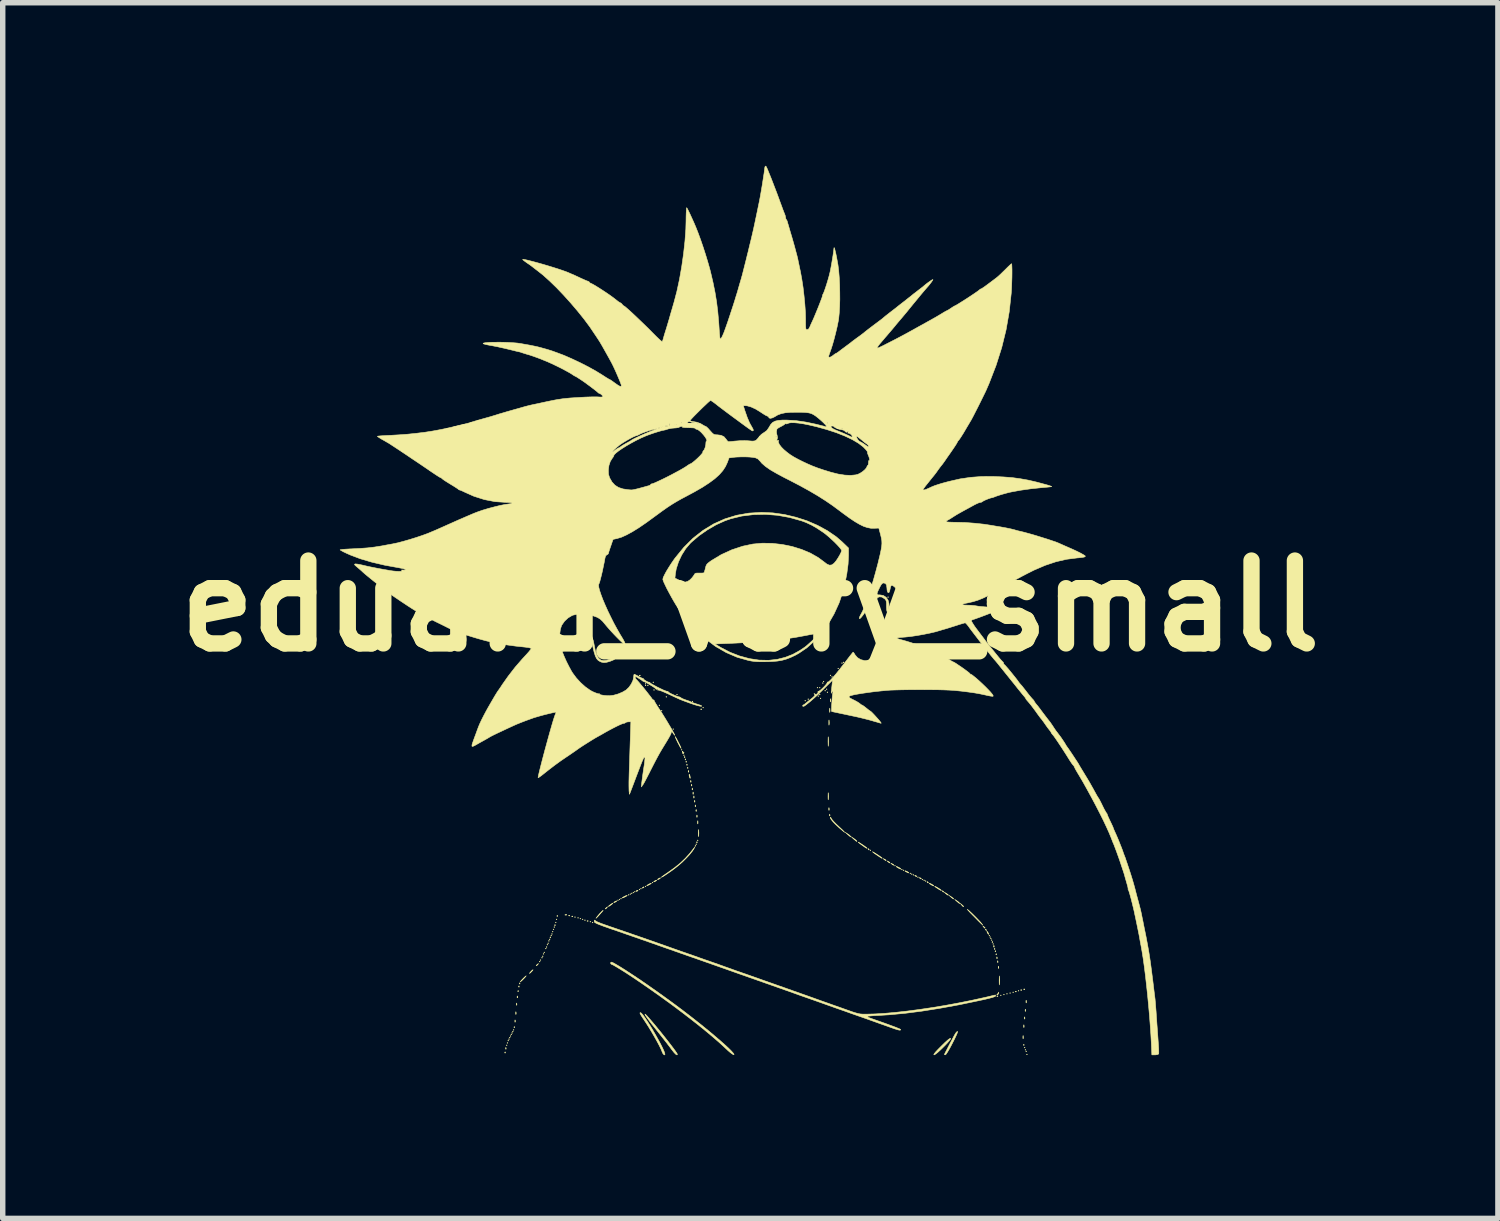
<source format=kicad_pcb>
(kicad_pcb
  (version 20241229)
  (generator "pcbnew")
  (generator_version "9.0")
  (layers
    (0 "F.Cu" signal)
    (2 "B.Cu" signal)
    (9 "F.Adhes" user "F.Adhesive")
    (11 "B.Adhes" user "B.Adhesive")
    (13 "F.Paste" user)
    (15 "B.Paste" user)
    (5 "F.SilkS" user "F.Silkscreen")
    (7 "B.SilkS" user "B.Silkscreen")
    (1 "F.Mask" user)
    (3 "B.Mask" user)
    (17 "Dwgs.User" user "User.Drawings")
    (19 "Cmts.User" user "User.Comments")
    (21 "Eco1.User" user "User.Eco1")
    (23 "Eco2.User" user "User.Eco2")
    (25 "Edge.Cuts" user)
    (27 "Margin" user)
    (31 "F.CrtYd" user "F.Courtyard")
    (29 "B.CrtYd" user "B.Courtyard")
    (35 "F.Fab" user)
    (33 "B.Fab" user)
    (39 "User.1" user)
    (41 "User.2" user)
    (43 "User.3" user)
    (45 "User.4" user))
  (footprint "eduard_very_small"
    (layer "F.Cu")
    (at 10.748 8.093)
    (property "Reference" "eduard_very_small" (at 0 0 0) (layer "F.SilkS") (effects (font (size 1.524 1.524) (thickness 0.3))))
    (attr through_hole)
    (fp_poly (pts (xy -4.473 8.079) (xy -4.48 8.086) (xy -4.487 8.079) (xy -4.48 8.072) (xy -4.473 8.079)) (stroke (width 0.01) (type solid)) (fill yes) (layer "F.SilkS"))
    (fp_poly (pts (xy -4.459 8.036) (xy -4.466 8.043) (xy -4.473 8.036) (xy -4.466 8.029) (xy -4.459 8.036)) (stroke (width 0.01) (type solid)) (fill yes) (layer "F.SilkS"))
    (fp_poly (pts (xy -4.445 7.994) (xy -4.452 8.001) (xy -4.459 7.994) (xy -4.452 7.987) (xy -4.445 7.994)) (stroke (width 0.01) (type solid)) (fill yes) (layer "F.SilkS"))
    (fp_poly (pts (xy -4.431 7.966) (xy -4.438 7.973) (xy -4.445 7.966) (xy -4.438 7.959) (xy -4.431 7.966)) (stroke (width 0.01) (type solid)) (fill yes) (layer "F.SilkS"))
    (fp_poly (pts (xy -4.417 7.938) (xy -4.424 7.945) (xy -4.431 7.938) (xy -4.424 7.93) (xy -4.417 7.938)) (stroke (width 0.01) (type solid)) (fill yes) (layer "F.SilkS"))
    (fp_poly (pts (xy -4.403 7.909) (xy -4.41 7.916) (xy -4.417 7.909) (xy -4.41 7.902) (xy -4.403 7.909)) (stroke (width 0.01) (type solid)) (fill yes) (layer "F.SilkS"))
    (fp_poly (pts (xy -4.389 7.881) (xy -4.396 7.888) (xy -4.403 7.881) (xy -4.396 7.874) (xy -4.389 7.881)) (stroke (width 0.01) (type solid)) (fill yes) (layer "F.SilkS"))
    (fp_poly (pts (xy -4.374 7.853) (xy -4.381 7.86) (xy -4.389 7.853) (xy -4.381 7.846) (xy -4.374 7.853)) (stroke (width 0.01) (type solid)) (fill yes) (layer "F.SilkS"))
    (fp_poly (pts (xy -4.36 7.825) (xy -4.367 7.832) (xy -4.374 7.825) (xy -4.367 7.818) (xy -4.36 7.825)) (stroke (width 0.01) (type solid)) (fill yes) (layer "F.SilkS"))
    (fp_poly (pts (xy -4.346 7.796) (xy -4.353 7.803) (xy -4.36 7.796) (xy -4.353 7.789) (xy -4.346 7.796)) (stroke (width 0.01) (type solid)) (fill yes) (layer "F.SilkS"))
    (fp_poly (pts (xy -3.866 6.54) (xy -3.873 6.548) (xy -3.881 6.54) (xy -3.873 6.533) (xy -3.866 6.54)) (stroke (width 0.01) (type solid)) (fill yes) (layer "F.SilkS"))
    (fp_poly (pts (xy -3.852 6.512) (xy -3.859 6.519) (xy -3.866 6.512) (xy -3.859 6.505) (xy -3.852 6.512)) (stroke (width 0.01) (type solid)) (fill yes) (layer "F.SilkS"))
    (fp_poly (pts (xy -3.824 6.47) (xy -3.831 6.477) (xy -3.838 6.47) (xy -3.831 6.463) (xy -3.824 6.47)) (stroke (width 0.01) (type solid)) (fill yes) (layer "F.SilkS"))
    (fp_poly (pts (xy -3.81 6.442) (xy -3.817 6.449) (xy -3.824 6.442) (xy -3.817 6.435) (xy -3.81 6.442)) (stroke (width 0.01) (type solid)) (fill yes) (layer "F.SilkS"))
    (fp_poly (pts (xy -3.796 6.399) (xy -3.803 6.406) (xy -3.81 6.399) (xy -3.803 6.392) (xy -3.796 6.399)) (stroke (width 0.01) (type solid)) (fill yes) (layer "F.SilkS"))
    (fp_poly (pts (xy -3.782 6.371) (xy -3.789 6.378) (xy -3.796 6.371) (xy -3.789 6.364) (xy -3.782 6.371)) (stroke (width 0.01) (type solid)) (fill yes) (layer "F.SilkS"))
    (fp_poly (pts (xy -3.754 6.301) (xy -3.761 6.308) (xy -3.768 6.301) (xy -3.761 6.294) (xy -3.754 6.301)) (stroke (width 0.01) (type solid)) (fill yes) (layer "F.SilkS"))
    (fp_poly (pts (xy -3.739 6.272) (xy -3.747 6.279) (xy -3.754 6.272) (xy -3.747 6.265) (xy -3.739 6.272)) (stroke (width 0.01) (type solid)) (fill yes) (layer "F.SilkS"))
    (fp_poly (pts (xy -3.725 6.23) (xy -3.732 6.237) (xy -3.739 6.23) (xy -3.732 6.223) (xy -3.725 6.23)) (stroke (width 0.01) (type solid)) (fill yes) (layer "F.SilkS"))
    (fp_poly (pts (xy -3.711 6.202) (xy -3.718 6.209) (xy -3.725 6.202) (xy -3.718 6.195) (xy -3.711 6.202)) (stroke (width 0.01) (type solid)) (fill yes) (layer "F.SilkS"))
    (fp_poly (pts (xy -3.697 6.16) (xy -3.704 6.167) (xy -3.711 6.16) (xy -3.704 6.152) (xy -3.697 6.16)) (stroke (width 0.01) (type solid)) (fill yes) (layer "F.SilkS"))
    (fp_poly (pts (xy -3.683 6.131) (xy -3.69 6.138) (xy -3.697 6.131) (xy -3.69 6.124) (xy -3.683 6.131)) (stroke (width 0.01) (type solid)) (fill yes) (layer "F.SilkS"))
    (fp_poly (pts (xy -3.655 6.061) (xy -3.662 6.068) (xy -3.669 6.061) (xy -3.662 6.054) (xy -3.655 6.061)) (stroke (width 0.01) (type solid)) (fill yes) (layer "F.SilkS"))
    (fp_poly (pts (xy -3.641 6.032) (xy -3.648 6.04) (xy -3.655 6.032) (xy -3.648 6.025) (xy -3.641 6.032)) (stroke (width 0.01) (type solid)) (fill yes) (layer "F.SilkS"))
    (fp_poly (pts (xy -3.627 5.99) (xy -3.634 5.997) (xy -3.641 5.99) (xy -3.634 5.983) (xy -3.627 5.99)) (stroke (width 0.01) (type solid)) (fill yes) (layer "F.SilkS"))
    (fp_poly (pts (xy -3.612 5.948) (xy -3.619 5.955) (xy -3.627 5.948) (xy -3.619 5.941) (xy -3.612 5.948)) (stroke (width 0.01) (type solid)) (fill yes) (layer "F.SilkS"))
    (fp_poly (pts (xy -3.598 5.905) (xy -3.605 5.913) (xy -3.612 5.905) (xy -3.605 5.898) (xy -3.598 5.905)) (stroke (width 0.01) (type solid)) (fill yes) (layer "F.SilkS"))
    (fp_poly (pts (xy -3.57 5.821) (xy -3.577 5.828) (xy -3.584 5.821) (xy -3.577 5.814) (xy -3.57 5.821)) (stroke (width 0.01) (type solid)) (fill yes) (layer "F.SilkS"))
    (fp_poly (pts (xy -3.556 5.764) (xy -3.563 5.771) (xy -3.57 5.764) (xy -3.563 5.757) (xy -3.556 5.764)) (stroke (width 0.01) (type solid)) (fill yes) (layer "F.SilkS"))
    (fp_poly (pts (xy -3.217 5.722) (xy -3.224 5.729) (xy -3.231 5.722) (xy -3.224 5.715) (xy -3.217 5.722)) (stroke (width 0.01) (type solid)) (fill yes) (layer "F.SilkS"))
    (fp_poly (pts (xy -3.161 5.736) (xy -3.168 5.743) (xy -3.175 5.736) (xy -3.168 5.729) (xy -3.161 5.736)) (stroke (width 0.01) (type solid)) (fill yes) (layer "F.SilkS"))
    (fp_poly (pts (xy -3.147 0.628) (xy -3.154 0.635) (xy -3.161 0.628) (xy -3.154 0.621) (xy -3.147 0.628)) (stroke (width 0.01) (type solid)) (fill yes) (layer "F.SilkS"))
    (fp_poly (pts (xy -3.119 5.75) (xy -3.126 5.757) (xy -3.133 5.75) (xy -3.126 5.743) (xy -3.119 5.75)) (stroke (width 0.01) (type solid)) (fill yes) (layer "F.SilkS"))
    (fp_poly (pts (xy -3.076 5.764) (xy -3.083 5.771) (xy -3.09 5.764) (xy -3.083 5.757) (xy -3.076 5.764)) (stroke (width 0.01) (type solid)) (fill yes) (layer "F.SilkS"))
    (fp_poly (pts (xy -3.034 5.779) (xy -3.041 5.786) (xy -3.048 5.779) (xy -3.041 5.771) (xy -3.034 5.779)) (stroke (width 0.01) (type solid)) (fill yes) (layer "F.SilkS"))
    (fp_poly (pts (xy -2.935 5.807) (xy -2.942 5.814) (xy -2.949 5.807) (xy -2.942 5.8) (xy -2.935 5.807)) (stroke (width 0.01) (type solid)) (fill yes) (layer "F.SilkS"))
    (fp_poly (pts (xy -2.893 5.821) (xy -2.9 5.828) (xy -2.907 5.821) (xy -2.9 5.814) (xy -2.893 5.821)) (stroke (width 0.01) (type solid)) (fill yes) (layer "F.SilkS"))
    (fp_poly (pts (xy -2.427 5.412) (xy -2.434 5.419) (xy -2.441 5.412) (xy -2.434 5.405) (xy -2.427 5.412)) (stroke (width 0.01) (type solid)) (fill yes) (layer "F.SilkS"))
    (fp_poly (pts (xy -2.399 5.397) (xy -2.406 5.405) (xy -2.413 5.397) (xy -2.406 5.39) (xy -2.399 5.397)) (stroke (width 0.01) (type solid)) (fill yes) (layer "F.SilkS"))
    (fp_poly (pts (xy -2.371 5.383) (xy -2.378 5.39) (xy -2.385 5.383) (xy -2.378 5.376) (xy -2.371 5.383)) (stroke (width 0.01) (type solid)) (fill yes) (layer "F.SilkS"))
    (fp_poly (pts (xy -2.23 5.313) (xy -2.237 5.32) (xy -2.244 5.313) (xy -2.237 5.306) (xy -2.23 5.313)) (stroke (width 0.01) (type solid)) (fill yes) (layer "F.SilkS"))
    (fp_poly (pts (xy -2.201 5.299) (xy -2.208 5.306) (xy -2.215 5.299) (xy -2.208 5.292) (xy -2.201 5.299)) (stroke (width 0.01) (type solid)) (fill yes) (layer "F.SilkS"))
    (fp_poly (pts (xy -2.173 5.285) (xy -2.18 5.292) (xy -2.187 5.285) (xy -2.18 5.278) (xy -2.173 5.285)) (stroke (width 0.01) (type solid)) (fill yes) (layer "F.SilkS"))
    (fp_poly (pts (xy -2.145 5.271) (xy -2.152 5.278) (xy -2.159 5.271) (xy -2.152 5.263) (xy -2.145 5.271)) (stroke (width 0.01) (type solid)) (fill yes) (layer "F.SilkS"))
    (fp_poly (pts (xy -2.117 5.256) (xy -2.124 5.263) (xy -2.131 5.256) (xy -2.124 5.249) (xy -2.117 5.256)) (stroke (width 0.01) (type solid)) (fill yes) (layer "F.SilkS"))
    (fp_poly (pts (xy -2.032 5.214) (xy -2.039 5.221) (xy -2.046 5.214) (xy -2.039 5.207) (xy -2.032 5.214)) (stroke (width 0.01) (type solid)) (fill yes) (layer "F.SilkS"))
    (fp_poly (pts (xy -2.004 5.2) (xy -2.011 5.207) (xy -2.018 5.2) (xy -2.011 5.193) (xy -2.004 5.2)) (stroke (width 0.01) (type solid)) (fill yes) (layer "F.SilkS"))
    (fp_poly (pts (xy -1.919 1.432) (xy -1.926 1.439) (xy -1.933 1.432) (xy -1.926 1.425) (xy -1.919 1.432)) (stroke (width 0.01) (type solid)) (fill yes) (layer "F.SilkS"))
    (fp_poly (pts (xy -1.919 1.46) (xy -1.926 1.468) (xy -1.933 1.46) (xy -1.926 1.453) (xy -1.919 1.46)) (stroke (width 0.01) (type solid)) (fill yes) (layer "F.SilkS"))
    (fp_poly (pts (xy -1.919 5.158) (xy -1.926 5.165) (xy -1.933 5.158) (xy -1.926 5.151) (xy -1.919 5.158)) (stroke (width 0.01) (type solid)) (fill yes) (layer "F.SilkS"))
    (fp_poly (pts (xy -1.877 1.46) (xy -1.884 1.468) (xy -1.891 1.46) (xy -1.884 1.453) (xy -1.877 1.46)) (stroke (width 0.01) (type solid)) (fill yes) (layer "F.SilkS"))
    (fp_poly (pts (xy -1.792 5.087) (xy -1.799 5.094) (xy -1.806 5.087) (xy -1.799 5.08) (xy -1.792 5.087)) (stroke (width 0.01) (type solid)) (fill yes) (layer "F.SilkS"))
    (fp_poly (pts (xy -1.778 1.404) (xy -1.785 1.411) (xy -1.792 1.404) (xy -1.785 1.397) (xy -1.778 1.404)) (stroke (width 0.01) (type solid)) (fill yes) (layer "F.SilkS"))
    (fp_poly (pts (xy -1.764 1.545) (xy -1.771 1.552) (xy -1.778 1.545) (xy -1.771 1.538) (xy -1.764 1.545)) (stroke (width 0.01) (type solid)) (fill yes) (layer "F.SilkS"))
    (fp_poly (pts (xy -1.665 1.827) (xy -1.672 1.834) (xy -1.679 1.827) (xy -1.672 1.82) (xy -1.665 1.827)) (stroke (width 0.01) (type solid)) (fill yes) (layer "F.SilkS"))
    (fp_poly (pts (xy -1.623 1.926) (xy -1.63 1.933) (xy -1.637 1.926) (xy -1.63 1.919) (xy -1.623 1.926)) (stroke (width 0.01) (type solid)) (fill yes) (layer "F.SilkS"))
    (fp_poly (pts (xy -1.538 1.672) (xy -1.545 1.679) (xy -1.552 1.672) (xy -1.545 1.665) (xy -1.538 1.672)) (stroke (width 0.01) (type solid)) (fill yes) (layer "F.SilkS"))
    (fp_poly (pts (xy -1.411 2.265) (xy -1.418 2.272) (xy -1.425 2.265) (xy -1.418 2.258) (xy -1.411 2.265)) (stroke (width 0.01) (type solid)) (fill yes) (layer "F.SilkS"))
    (fp_poly (pts (xy -1.341 1.63) (xy -1.348 1.637) (xy -1.355 1.63) (xy -1.348 1.623) (xy -1.341 1.63)) (stroke (width 0.01) (type solid)) (fill yes) (layer "F.SilkS"))
    (fp_poly (pts (xy -1.256 2.646) (xy -1.263 2.653) (xy -1.27 2.646) (xy -1.263 2.639) (xy -1.256 2.646)) (stroke (width 0.01) (type solid)) (fill yes) (layer "F.SilkS"))
    (fp_poly (pts (xy -1.214 2.745) (xy -1.221 2.752) (xy -1.228 2.745) (xy -1.221 2.738) (xy -1.214 2.745)) (stroke (width 0.01) (type solid)) (fill yes) (layer "F.SilkS"))
    (fp_poly (pts (xy -1.058 1.757) (xy -1.065 1.764) (xy -1.072 1.757) (xy -1.065 1.75) (xy -1.058 1.757)) (stroke (width 0.01) (type solid)) (fill yes) (layer "F.SilkS"))
    (fp_poly (pts (xy -1.002 4.41) (xy -1.009 4.417) (xy -1.016 4.41) (xy -1.009 4.403) (xy -1.002 4.41)) (stroke (width 0.01) (type solid)) (fill yes) (layer "F.SilkS"))
    (fp_poly (pts (xy -0.988 4.381) (xy -0.995 4.389) (xy -1.002 4.381) (xy -0.995 4.374) (xy -0.988 4.381)) (stroke (width 0.01) (type solid)) (fill yes) (layer "F.SilkS"))
    (fp_poly (pts (xy -0.96 4.311) (xy -0.967 4.318) (xy -0.974 4.311) (xy -0.967 4.304) (xy -0.96 4.311)) (stroke (width 0.01) (type solid)) (fill yes) (layer "F.SilkS"))
    (fp_poly (pts (xy -0.861 1.87) (xy -0.868 1.877) (xy -0.875 1.87) (xy -0.868 1.863) (xy -0.861 1.87)) (stroke (width 0.01) (type solid)) (fill yes) (layer "F.SilkS"))
    (fp_poly (pts (xy 1.016 1.743) (xy 1.009 1.75) (xy 1.002 1.743) (xy 1.009 1.736) (xy 1.016 1.743)) (stroke (width 0.01) (type solid)) (fill yes) (layer "F.SilkS"))
    (fp_poly (pts (xy 1.072 1.714) (xy 1.065 1.722) (xy 1.058 1.714) (xy 1.065 1.707) (xy 1.072 1.714)) (stroke (width 0.01) (type solid)) (fill yes) (layer "F.SilkS"))
    (fp_poly (pts (xy 1.242 1.503) (xy 1.235 1.51) (xy 1.228 1.503) (xy 1.235 1.496) (xy 1.242 1.503)) (stroke (width 0.01) (type solid)) (fill yes) (layer "F.SilkS"))
    (fp_poly (pts (xy 1.256 1.658) (xy 1.249 1.665) (xy 1.242 1.658) (xy 1.249 1.651) (xy 1.256 1.658)) (stroke (width 0.01) (type solid)) (fill yes) (layer "F.SilkS"))
    (fp_poly (pts (xy 1.284 1.503) (xy 1.277 1.51) (xy 1.27 1.503) (xy 1.277 1.496) (xy 1.284 1.503)) (stroke (width 0.01) (type solid)) (fill yes) (layer "F.SilkS"))
    (fp_poly (pts (xy 1.284 1.63) (xy 1.277 1.637) (xy 1.27 1.63) (xy 1.277 1.623) (xy 1.284 1.63)) (stroke (width 0.01) (type solid)) (fill yes) (layer "F.SilkS"))
    (fp_poly (pts (xy 1.298 1.7) (xy 1.291 1.707) (xy 1.284 1.7) (xy 1.291 1.693) (xy 1.298 1.7)) (stroke (width 0.01) (type solid)) (fill yes) (layer "F.SilkS"))
    (fp_poly (pts (xy 1.341 1.418) (xy 1.333 1.425) (xy 1.326 1.418) (xy 1.333 1.411) (xy 1.341 1.418)) (stroke (width 0.01) (type solid)) (fill yes) (layer "F.SilkS"))
    (fp_poly (pts (xy 1.355 1.39) (xy 1.348 1.397) (xy 1.341 1.39) (xy 1.348 1.383) (xy 1.355 1.39)) (stroke (width 0.01) (type solid)) (fill yes) (layer "F.SilkS"))
    (fp_poly (pts (xy 1.383 1.559) (xy 1.376 1.566) (xy 1.369 1.559) (xy 1.376 1.552) (xy 1.383 1.559)) (stroke (width 0.01) (type solid)) (fill yes) (layer "F.SilkS"))
    (fp_poly (pts (xy 1.411 1.531) (xy 1.404 1.538) (xy 1.397 1.531) (xy 1.404 1.524) (xy 1.411 1.531)) (stroke (width 0.01) (type solid)) (fill yes) (layer "F.SilkS"))
    (fp_poly (pts (xy 1.425 1.587) (xy 1.418 1.595) (xy 1.411 1.587) (xy 1.418 1.58) (xy 1.425 1.587)) (stroke (width 0.01) (type solid)) (fill yes) (layer "F.SilkS"))
    (fp_poly (pts (xy 1.482 1.277) (xy 1.475 1.284) (xy 1.468 1.277) (xy 1.475 1.27) (xy 1.482 1.277)) (stroke (width 0.01) (type solid)) (fill yes) (layer "F.SilkS"))
    (fp_poly (pts (xy 1.51 1.305) (xy 1.503 1.312) (xy 1.496 1.305) (xy 1.503 1.298) (xy 1.51 1.305)) (stroke (width 0.01) (type solid)) (fill yes) (layer "F.SilkS"))
    (fp_poly (pts (xy 1.623 1.15) (xy 1.616 1.157) (xy 1.609 1.15) (xy 1.616 1.143) (xy 1.623 1.15)) (stroke (width 0.01) (type solid)) (fill yes) (layer "F.SilkS"))
    (fp_poly (pts (xy 1.693 1.051) (xy 1.686 1.058) (xy 1.679 1.051) (xy 1.686 1.044) (xy 1.693 1.051)) (stroke (width 0.01) (type solid)) (fill yes) (layer "F.SilkS"))
    (fp_poly (pts (xy 1.722 1.037) (xy 1.714 1.044) (xy 1.707 1.037) (xy 1.714 1.03) (xy 1.722 1.037)) (stroke (width 0.01) (type solid)) (fill yes) (layer "F.SilkS"))
    (fp_poly (pts (xy 2.215 4.494) (xy 2.208 4.501) (xy 2.201 4.494) (xy 2.208 4.487) (xy 2.215 4.494)) (stroke (width 0.01) (type solid)) (fill yes) (layer "F.SilkS"))
    (fp_poly (pts (xy 2.54 -0.162) (xy 2.533 -0.155) (xy 2.526 -0.162) (xy 2.533 -0.169) (xy 2.54 -0.162)) (stroke (width 0.01) (type solid)) (fill yes) (layer "F.SilkS"))
    (fp_poly (pts (xy 2.667 4.777) (xy 2.66 4.784) (xy 2.653 4.777) (xy 2.66 4.77) (xy 2.667 4.777)) (stroke (width 0.01) (type solid)) (fill yes) (layer "F.SilkS"))
    (fp_poly (pts (xy 2.794 4.847) (xy 2.787 4.854) (xy 2.78 4.847) (xy 2.787 4.84) (xy 2.794 4.847)) (stroke (width 0.01) (type solid)) (fill yes) (layer "F.SilkS"))
    (fp_poly (pts (xy 2.822 4.861) (xy 2.815 4.868) (xy 2.808 4.861) (xy 2.815 4.854) (xy 2.822 4.861)) (stroke (width 0.01) (type solid)) (fill yes) (layer "F.SilkS"))
    (fp_poly (pts (xy 2.949 4.918) (xy 2.942 4.925) (xy 2.935 4.918) (xy 2.942 4.911) (xy 2.949 4.918)) (stroke (width 0.01) (type solid)) (fill yes) (layer "F.SilkS"))
    (fp_poly (pts (xy 2.977 4.932) (xy 2.97 4.939) (xy 2.963 4.932) (xy 2.97 4.925) (xy 2.977 4.932)) (stroke (width 0.01) (type solid)) (fill yes) (layer "F.SilkS"))
    (fp_poly (pts (xy 3.006 4.946) (xy 2.999 4.953) (xy 2.992 4.946) (xy 2.999 4.939) (xy 3.006 4.946)) (stroke (width 0.01) (type solid)) (fill yes) (layer "F.SilkS"))
    (fp_poly (pts (xy 3.09 4.988) (xy 3.083 4.995) (xy 3.076 4.988) (xy 3.083 4.981) (xy 3.09 4.988)) (stroke (width 0.01) (type solid)) (fill yes) (layer "F.SilkS"))
    (fp_poly (pts (xy 3.175 5.031) (xy 3.168 5.038) (xy 3.161 5.031) (xy 3.168 5.024) (xy 3.175 5.031)) (stroke (width 0.01) (type solid)) (fill yes) (layer "F.SilkS"))
    (fp_poly (pts (xy 3.203 5.045) (xy 3.196 5.052) (xy 3.189 5.045) (xy 3.196 5.038) (xy 3.203 5.045)) (stroke (width 0.01) (type solid)) (fill yes) (layer "F.SilkS"))
    (fp_poly (pts (xy 3.231 5.059) (xy 3.224 5.066) (xy 3.217 5.059) (xy 3.224 5.052) (xy 3.231 5.059)) (stroke (width 0.01) (type solid)) (fill yes) (layer "F.SilkS"))
    (fp_poly (pts (xy 4.403 6.061) (xy 4.396 6.068) (xy 4.389 6.061) (xy 4.396 6.054) (xy 4.403 6.061)) (stroke (width 0.01) (type solid)) (fill yes) (layer "F.SilkS"))
    (fp_poly (pts (xy 4.417 6.089) (xy 4.41 6.096) (xy 4.403 6.089) (xy 4.41 6.082) (xy 4.417 6.089)) (stroke (width 0.01) (type solid)) (fill yes) (layer "F.SilkS"))
    (fp_poly (pts (xy 4.431 6.117) (xy 4.424 6.124) (xy 4.417 6.117) (xy 4.424 6.11) (xy 4.431 6.117)) (stroke (width 0.01) (type solid)) (fill yes) (layer "F.SilkS"))
    (fp_poly (pts (xy 4.445 6.145) (xy 4.438 6.152) (xy 4.431 6.145) (xy 4.438 6.138) (xy 4.445 6.145)) (stroke (width 0.01) (type solid)) (fill yes) (layer "F.SilkS"))
    (fp_poly (pts (xy 4.473 6.216) (xy 4.466 6.223) (xy 4.459 6.216) (xy 4.466 6.209) (xy 4.473 6.216)) (stroke (width 0.01) (type solid)) (fill yes) (layer "F.SilkS"))
    (fp_poly (pts (xy 4.614 7.161) (xy 4.607 7.168) (xy 4.6 7.161) (xy 4.607 7.154) (xy 4.614 7.161)) (stroke (width 0.01) (type solid)) (fill yes) (layer "F.SilkS"))
    (fp_poly (pts (xy 4.671 7.147) (xy 4.664 7.154) (xy 4.657 7.147) (xy 4.664 7.14) (xy 4.671 7.147)) (stroke (width 0.01) (type solid)) (fill yes) (layer "F.SilkS"))
    (fp_poly (pts (xy 4.727 7.133) (xy 4.72 7.14) (xy 4.713 7.133) (xy 4.72 7.126) (xy 4.727 7.133)) (stroke (width 0.01) (type solid)) (fill yes) (layer "F.SilkS"))
    (fp_poly (pts (xy 4.784 7.119) (xy 4.777 7.126) (xy 4.77 7.119) (xy 4.777 7.112) (xy 4.784 7.119)) (stroke (width 0.01) (type solid)) (fill yes) (layer "F.SilkS"))
    (fp_poly (pts (xy 4.84 7.105) (xy 4.833 7.112) (xy 4.826 7.105) (xy 4.833 7.098) (xy 4.84 7.105)) (stroke (width 0.01) (type solid)) (fill yes) (layer "F.SilkS"))
    (fp_poly (pts (xy 4.939 7.077) (xy 4.932 7.084) (xy 4.925 7.077) (xy 4.932 7.07) (xy 4.939 7.077)) (stroke (width 0.01) (type solid)) (fill yes) (layer "F.SilkS"))
    (fp_poly (pts (xy 5.052 8.121) (xy 5.045 8.128) (xy 5.038 8.121) (xy 5.045 8.114) (xy 5.052 8.121)) (stroke (width 0.01) (type solid)) (fill yes) (layer "F.SilkS"))
    (fp_poly (pts (xy 5.066 8.163) (xy 5.059 8.17) (xy 5.052 8.163) (xy 5.059 8.156) (xy 5.066 8.163)) (stroke (width 0.01) (type solid)) (fill yes) (layer "F.SilkS"))
    (fp_poly (pts (xy 5.08 8.191) (xy 5.073 8.199) (xy 5.066 8.191) (xy 5.073 8.184) (xy 5.08 8.191)) (stroke (width 0.01) (type solid)) (fill yes) (layer "F.SilkS"))
    (fp_poly (pts (xy 5.094 8.248) (xy 5.087 8.255) (xy 5.08 8.248) (xy 5.087 8.241) (xy 5.094 8.248)) (stroke (width 0.01) (type solid)) (fill yes) (layer "F.SilkS"))
    (fp_poly (pts (xy -4.506 8.203) (xy -4.504 8.22) (xy -4.506 8.222) (xy -4.515 8.22) (xy -4.516 8.213) (xy -4.51 8.201) (xy -4.506 8.203)) (stroke (width 0.01) (type solid)) (fill yes) (layer "F.SilkS"))
    (fp_poly (pts (xy -4.492 8.125) (xy -4.49 8.147) (xy -4.493 8.152) (xy -4.499 8.148) (xy -4.5 8.134) (xy -4.497 8.119) (xy -4.492 8.125)) (stroke (width 0.01) (type solid)) (fill yes) (layer "F.SilkS"))
    (fp_poly (pts (xy -4.337 7.738) (xy -4.335 7.754) (xy -4.337 7.756) (xy -4.345 7.754) (xy -4.346 7.747) (xy -4.341 7.735) (xy -4.337 7.738)) (stroke (width 0.01) (type solid)) (fill yes) (layer "F.SilkS"))
    (fp_poly (pts (xy -4.323 7.616) (xy -4.321 7.645) (xy -4.323 7.652) (xy -4.328 7.654) (xy -4.33 7.634) (xy -4.328 7.614) (xy -4.323 7.616)) (stroke (width 0.01) (type solid)) (fill yes) (layer "F.SilkS"))
    (fp_poly (pts (xy -4.295 7.306) (xy -4.293 7.335) (xy -4.295 7.341) (xy -4.3 7.343) (xy -4.302 7.324) (xy -4.299 7.304) (xy -4.295 7.306)) (stroke (width 0.01) (type solid)) (fill yes) (layer "F.SilkS"))
    (fp_poly (pts (xy -4.28 7.18) (xy -4.278 7.202) (xy -4.281 7.207) (xy -4.288 7.203) (xy -4.289 7.188) (xy -4.285 7.173) (xy -4.28 7.18)) (stroke (width 0.01) (type solid)) (fill yes) (layer "F.SilkS"))
    (fp_poly (pts (xy -4.266 7.074) (xy -4.265 7.091) (xy -4.266 7.093) (xy -4.275 7.091) (xy -4.276 7.084) (xy -4.271 7.072) (xy -4.266 7.074)) (stroke (width 0.01) (type solid)) (fill yes) (layer "F.SilkS"))
    (fp_poly (pts (xy -4.252 6.99) (xy -4.25 7.006) (xy -4.252 7.009) (xy -4.261 7.007) (xy -4.262 6.999) (xy -4.256 6.987) (xy -4.252 6.99)) (stroke (width 0.01) (type solid)) (fill yes) (layer "F.SilkS"))
    (fp_poly (pts (xy -4.238 6.933) (xy -4.236 6.95) (xy -4.238 6.952) (xy -4.246 6.95) (xy -4.247 6.943) (xy -4.242 6.931) (xy -4.238 6.933)) (stroke (width 0.01) (type solid)) (fill yes) (layer "F.SilkS"))
    (fp_poly (pts (xy -3.674 6.087) (xy -3.672 6.103) (xy -3.674 6.105) (xy -3.682 6.103) (xy -3.683 6.096) (xy -3.678 6.084) (xy -3.674 6.087)) (stroke (width 0.01) (type solid)) (fill yes) (layer "F.SilkS"))
    (fp_poly (pts (xy -3.589 5.861) (xy -3.587 5.878) (xy -3.589 5.88) (xy -3.597 5.878) (xy -3.598 5.87) (xy -3.593 5.859) (xy -3.589 5.861)) (stroke (width 0.01) (type solid)) (fill yes) (layer "F.SilkS"))
    (fp_poly (pts (xy -3.547 5.691) (xy -3.545 5.708) (xy -3.547 5.71) (xy -3.555 5.708) (xy -3.556 5.701) (xy -3.551 5.689) (xy -3.547 5.691)) (stroke (width 0.01) (type solid)) (fill yes) (layer "F.SilkS"))
    (fp_poly (pts (xy -3.376 5.678) (xy -3.381 5.685) (xy -3.395 5.686) (xy -3.41 5.682) (xy -3.403 5.677) (xy -3.381 5.675) (xy -3.376 5.678)) (stroke (width 0.01) (type solid)) (fill yes) (layer "F.SilkS"))
    (fp_poly (pts (xy -3.321 5.691) (xy -3.323 5.7) (xy -3.33 5.701) (xy -3.342 5.696) (xy -3.34 5.691) (xy -3.323 5.69) (xy -3.321 5.691)) (stroke (width 0.01) (type solid)) (fill yes) (layer "F.SilkS"))
    (fp_poly (pts (xy -3.264 5.706) (xy -3.266 5.714) (xy -3.274 5.715) (xy -3.285 5.71) (xy -3.283 5.706) (xy -3.266 5.704) (xy -3.264 5.706)) (stroke (width 0.01) (type solid)) (fill yes) (layer "F.SilkS"))
    (fp_poly (pts (xy -2.982 5.79) (xy -2.984 5.799) (xy -2.992 5.8) (xy -3.003 5.795) (xy -3.001 5.79) (xy -2.984 5.789) (xy -2.982 5.79)) (stroke (width 0.01) (type solid)) (fill yes) (layer "F.SilkS"))
    (fp_poly (pts (xy -2.023 1.275) (xy -2.025 1.283) (xy -2.032 1.284) (xy -2.044 1.279) (xy -2.041 1.275) (xy -2.025 1.273) (xy -2.023 1.275)) (stroke (width 0.01) (type solid)) (fill yes) (layer "F.SilkS"))
    (fp_poly (pts (xy -1.204 2.77) (xy -1.202 2.787) (xy -1.204 2.789) (xy -1.213 2.787) (xy -1.214 2.78) (xy -1.208 2.768) (xy -1.204 2.77)) (stroke (width 0.01) (type solid)) (fill yes) (layer "F.SilkS"))
    (fp_poly (pts (xy -1.19 2.813) (xy -1.188 2.83) (xy -1.19 2.832) (xy -1.198 2.83) (xy -1.199 2.822) (xy -1.194 2.811) (xy -1.19 2.813)) (stroke (width 0.01) (type solid)) (fill yes) (layer "F.SilkS"))
    (fp_poly (pts (xy -1.176 2.855) (xy -1.174 2.872) (xy -1.176 2.874) (xy -1.184 2.872) (xy -1.185 2.865) (xy -1.18 2.853) (xy -1.176 2.855)) (stroke (width 0.01) (type solid)) (fill yes) (layer "F.SilkS"))
    (fp_poly (pts (xy -1.162 2.912) (xy -1.16 2.928) (xy -1.162 2.93) (xy -1.17 2.928) (xy -1.171 2.921) (xy -1.166 2.909) (xy -1.162 2.912)) (stroke (width 0.01) (type solid)) (fill yes) (layer "F.SilkS"))
    (fp_poly (pts (xy -1.148 2.968) (xy -1.146 2.985) (xy -1.148 2.987) (xy -1.156 2.985) (xy -1.157 2.977) (xy -1.152 2.966) (xy -1.148 2.968)) (stroke (width 0.01) (type solid)) (fill yes) (layer "F.SilkS"))
    (fp_poly (pts (xy -1.133 3.031) (xy -1.132 3.053) (xy -1.134 3.058) (xy -1.141 3.054) (xy -1.142 3.04) (xy -1.138 3.025) (xy -1.133 3.031)) (stroke (width 0.01) (type solid)) (fill yes) (layer "F.SilkS"))
    (fp_poly (pts (xy -1.091 3.215) (xy -1.089 3.237) (xy -1.092 3.242) (xy -1.099 3.238) (xy -1.1 3.223) (xy -1.096 3.208) (xy -1.091 3.215)) (stroke (width 0.01) (type solid)) (fill yes) (layer "F.SilkS"))
    (fp_poly (pts (xy -1.077 3.285) (xy -1.075 3.307) (xy -1.078 3.312) (xy -1.084 3.308) (xy -1.085 3.294) (xy -1.082 3.279) (xy -1.077 3.285)) (stroke (width 0.01) (type solid)) (fill yes) (layer "F.SilkS"))
    (fp_poly (pts (xy -1.063 3.356) (xy -1.061 3.378) (xy -1.064 3.383) (xy -1.07 3.379) (xy -1.071 3.364) (xy -1.068 3.349) (xy -1.063 3.356)) (stroke (width 0.01) (type solid)) (fill yes) (layer "F.SilkS"))
    (fp_poly (pts (xy -1.049 3.425) (xy -1.047 3.454) (xy -1.049 3.461) (xy -1.054 3.463) (xy -1.056 3.443) (xy -1.054 3.423) (xy -1.049 3.425)) (stroke (width 0.01) (type solid)) (fill yes) (layer "F.SilkS"))
    (fp_poly (pts (xy -1.035 3.496) (xy -1.033 3.525) (xy -1.035 3.531) (xy -1.04 3.533) (xy -1.042 3.514) (xy -1.04 3.494) (xy -1.035 3.496)) (stroke (width 0.01) (type solid)) (fill yes) (layer "F.SilkS"))
    (fp_poly (pts (xy -1.02 3.582) (xy -1.019 3.604) (xy -1.022 3.609) (xy -1.028 3.604) (xy -1.029 3.59) (xy -1.026 3.575) (xy -1.02 3.582)) (stroke (width 0.01) (type solid)) (fill yes) (layer "F.SilkS"))
    (fp_poly (pts (xy -1.006 3.666) (xy -1.005 3.688) (xy -1.007 3.693) (xy -1.014 3.689) (xy -1.015 3.675) (xy -1.011 3.66) (xy -1.006 3.666)) (stroke (width 0.01) (type solid)) (fill yes) (layer "F.SilkS"))
    (fp_poly (pts (xy -0.992 3.751) (xy -0.991 3.773) (xy -0.993 3.778) (xy -1 3.774) (xy -1.001 3.759) (xy -0.997 3.744) (xy -0.992 3.751)) (stroke (width 0.01) (type solid)) (fill yes) (layer "F.SilkS"))
    (fp_poly (pts (xy -0.978 3.849) (xy -0.977 3.878) (xy -0.978 3.884) (xy -0.984 3.886) (xy -0.986 3.866) (xy -0.983 3.846) (xy -0.978 3.849)) (stroke (width 0.01) (type solid)) (fill yes) (layer "F.SilkS"))
    (fp_poly (pts (xy -0.978 4.337) (xy -0.977 4.354) (xy -0.978 4.356) (xy -0.987 4.354) (xy -0.988 4.346) (xy -0.983 4.335) (xy -0.978 4.337)) (stroke (width 0.01) (type solid)) (fill yes) (layer "F.SilkS"))
    (fp_poly (pts (xy -0.894 1.896) (xy -0.896 1.904) (xy -0.903 1.905) (xy -0.915 1.9) (xy -0.913 1.896) (xy -0.896 1.894) (xy -0.894 1.896)) (stroke (width 0.01) (type solid)) (fill yes) (layer "F.SilkS"))
    (fp_poly (pts (xy 1.463 3.836) (xy 1.465 3.858) (xy 1.462 3.863) (xy 1.456 3.858) (xy 1.455 3.844) (xy 1.458 3.829) (xy 1.463 3.836)) (stroke (width 0.01) (type solid)) (fill yes) (layer "F.SilkS"))
    (fp_poly (pts (xy 4.454 6.171) (xy 4.456 6.188) (xy 4.454 6.19) (xy 4.446 6.188) (xy 4.445 6.181) (xy 4.45 6.169) (xy 4.454 6.171)) (stroke (width 0.01) (type solid)) (fill yes) (layer "F.SilkS"))
    (fp_poly (pts (xy 4.483 6.249) (xy 4.485 6.271) (xy 4.482 6.276) (xy 4.475 6.271) (xy 4.474 6.257) (xy 4.478 6.242) (xy 4.483 6.249)) (stroke (width 0.01) (type solid)) (fill yes) (layer "F.SilkS"))
    (fp_poly (pts (xy 4.497 6.298) (xy 4.498 6.315) (xy 4.497 6.317) (xy 4.488 6.315) (xy 4.487 6.308) (xy 4.492 6.296) (xy 4.497 6.298)) (stroke (width 0.01) (type solid)) (fill yes) (layer "F.SilkS"))
    (fp_poly (pts (xy 4.511 6.341) (xy 4.513 6.357) (xy 4.511 6.359) (xy 4.502 6.357) (xy 4.501 6.35) (xy 4.507 6.338) (xy 4.511 6.341)) (stroke (width 0.01) (type solid)) (fill yes) (layer "F.SilkS"))
    (fp_poly (pts (xy 4.525 6.397) (xy 4.527 6.414) (xy 4.525 6.416) (xy 4.517 6.414) (xy 4.516 6.406) (xy 4.521 6.395) (xy 4.525 6.397)) (stroke (width 0.01) (type solid)) (fill yes) (layer "F.SilkS"))
    (fp_poly (pts (xy 4.539 6.46) (xy 4.541 6.482) (xy 4.538 6.487) (xy 4.532 6.483) (xy 4.531 6.469) (xy 4.534 6.454) (xy 4.539 6.46)) (stroke (width 0.01) (type solid)) (fill yes) (layer "F.SilkS"))
    (fp_poly (pts (xy 4.553 7.173) (xy 4.551 7.182) (xy 4.544 7.183) (xy 4.532 7.177) (xy 4.534 7.173) (xy 4.551 7.171) (xy 4.553 7.173)) (stroke (width 0.01) (type solid)) (fill yes) (layer "F.SilkS"))
    (fp_poly (pts (xy 4.553 6.531) (xy 4.555 6.553) (xy 4.552 6.558) (xy 4.546 6.554) (xy 4.545 6.539) (xy 4.548 6.524) (xy 4.553 6.531)) (stroke (width 0.01) (type solid)) (fill yes) (layer "F.SilkS"))
    (fp_poly (pts (xy 4.567 6.629) (xy 4.569 6.658) (xy 4.567 6.664) (xy 4.562 6.666) (xy 4.56 6.646) (xy 4.562 6.626) (xy 4.567 6.629)) (stroke (width 0.01) (type solid)) (fill yes) (layer "F.SilkS"))
    (fp_poly (pts (xy 4.892 7.088) (xy 4.89 7.097) (xy 4.882 7.098) (xy 4.871 7.093) (xy 4.873 7.088) (xy 4.89 7.087) (xy 4.892 7.088)) (stroke (width 0.01) (type solid)) (fill yes) (layer "F.SilkS"))
    (fp_poly (pts (xy 4.991 7.06) (xy 4.989 7.069) (xy 4.981 7.07) (xy 4.97 7.065) (xy 4.972 7.06) (xy 4.989 7.059) (xy 4.991 7.06)) (stroke (width 0.01) (type solid)) (fill yes) (layer "F.SilkS"))
    (fp_poly (pts (xy 5.033 8.062) (xy 5.035 8.079) (xy 5.033 8.081) (xy 5.025 8.079) (xy 5.024 8.072) (xy 5.029 8.06) (xy 5.033 8.062)) (stroke (width 0.01) (type solid)) (fill yes) (layer "F.SilkS"))
    (fp_poly (pts (xy 5.047 7.56) (xy 5.049 7.589) (xy 5.047 7.595) (xy 5.042 7.597) (xy 5.04 7.578) (xy 5.042 7.558) (xy 5.047 7.56)) (stroke (width 0.01) (type solid)) (fill yes) (layer "F.SilkS"))
    (fp_poly (pts (xy 5.047 7.046) (xy 5.045 7.055) (xy 5.038 7.056) (xy 5.026 7.05) (xy 5.028 7.046) (xy 5.045 7.044) (xy 5.047 7.046)) (stroke (width 0.01) (type solid)) (fill yes) (layer "F.SilkS"))
    (fp_poly (pts (xy 5.061 7.419) (xy 5.063 7.448) (xy 5.061 7.454) (xy 5.056 7.456) (xy 5.054 7.437) (xy 5.056 7.417) (xy 5.061 7.419)) (stroke (width 0.01) (type solid)) (fill yes) (layer "F.SilkS"))
    (fp_poly (pts (xy -2.067 5.235) (xy -2.082 5.247) (xy -2.099 5.249) (xy -2.103 5.244) (xy -2.091 5.235) (xy -2.081 5.23) (xy -2.066 5.229) (xy -2.067 5.235)) (stroke (width 0.01) (type solid)) (fill yes) (layer "F.SilkS"))
    (fp_poly (pts (xy -1.954 5.167) (xy -1.958 5.178) (xy -1.971 5.185) (xy -1.988 5.189) (xy -1.981 5.179) (xy -1.979 5.177) (xy -1.961 5.166) (xy -1.954 5.167)) (stroke (width 0.01) (type solid)) (fill yes) (layer "F.SilkS"))
    (fp_poly (pts (xy 2.171 4.465) (xy 2.186 4.479) (xy 2.183 4.487) (xy 2.181 4.487) (xy 2.169 4.477) (xy 2.165 4.471) (xy 2.163 4.461) (xy 2.171 4.465)) (stroke (width 0.01) (type solid)) (fill yes) (layer "F.SilkS"))
    (fp_poly (pts (xy 3.052 4.963) (xy 3.055 4.967) (xy 3.06 4.98) (xy 3.047 4.975) (xy 3.034 4.967) (xy 3.023 4.956) (xy 3.03 4.953) (xy 3.052 4.963)) (stroke (width 0.01) (type solid)) (fill yes) (layer "F.SilkS"))
    (fp_poly (pts (xy 3.137 5.006) (xy 3.14 5.009) (xy 3.145 5.022) (xy 3.131 5.017) (xy 3.119 5.009) (xy 3.108 4.998) (xy 3.114 4.996) (xy 3.137 5.006)) (stroke (width 0.01) (type solid)) (fill yes) (layer "F.SilkS"))
    (fp_poly (pts (xy 3.257 5.072) (xy 3.273 5.085) (xy 3.274 5.088) (xy 3.267 5.094) (xy 3.253 5.081) (xy 3.251 5.078) (xy 3.25 5.068) (xy 3.257 5.072)) (stroke (width 0.01) (type solid)) (fill yes) (layer "F.SilkS"))
    (fp_poly (pts (xy 3.54 5.241) (xy 3.555 5.254) (xy 3.556 5.257) (xy 3.549 5.263) (xy 3.535 5.25) (xy 3.533 5.247) (xy 3.532 5.237) (xy 3.54 5.241)) (stroke (width 0.01) (type solid)) (fill yes) (layer "F.SilkS"))
    (fp_poly (pts (xy 3.891 5.495) (xy 3.918 5.52) (xy 3.922 5.531) (xy 3.918 5.532) (xy 3.906 5.522) (xy 3.886 5.5) (xy 3.859 5.468) (xy 3.891 5.495)) (stroke (width 0.01) (type solid)) (fill yes) (layer "F.SilkS"))
    (fp_poly (pts (xy 4.33 5.946) (xy 4.345 5.961) (xy 4.342 5.969) (xy 4.34 5.969) (xy 4.328 5.959) (xy 4.324 5.953) (xy 4.322 5.943) (xy 4.33 5.946)) (stroke (width 0.01) (type solid)) (fill yes) (layer "F.SilkS"))
    (fp_poly (pts (xy -4.309 7.466) (xy -4.308 7.469) (xy -4.306 7.499) (xy -4.309 7.511) (xy -4.313 7.511) (xy -4.315 7.489) (xy -4.315 7.486) (xy -4.313 7.464) (xy -4.309 7.466)) (stroke (width 0.01) (type solid)) (fill yes) (layer "F.SilkS"))
    (fp_poly (pts (xy -3.899 6.583) (xy -3.907 6.593) (xy -3.928 6.615) (xy -3.937 6.615) (xy -3.937 6.613) (xy -3.927 6.601) (xy -3.912 6.588) (xy -3.896 6.576) (xy -3.899 6.583)) (stroke (width 0.01) (type solid)) (fill yes) (layer "F.SilkS"))
    (fp_poly (pts (xy -2.629 5.539) (xy -2.637 5.549) (xy -2.658 5.571) (xy -2.667 5.571) (xy -2.667 5.569) (xy -2.657 5.557) (xy -2.642 5.544) (xy -2.626 5.532) (xy -2.629 5.539)) (stroke (width 0.01) (type solid)) (fill yes) (layer "F.SilkS"))
    (fp_poly (pts (xy -2.455 5.425) (xy -2.466 5.436) (xy -2.484 5.447) (xy -2.505 5.456) (xy -2.512 5.455) (xy -2.501 5.444) (xy -2.484 5.433) (xy -2.462 5.424) (xy -2.455 5.425)) (stroke (width 0.01) (type solid)) (fill yes) (layer "F.SilkS"))
    (fp_poly (pts (xy -1.722 5.044) (xy -1.732 5.055) (xy -1.75 5.066) (xy -1.772 5.075) (xy -1.778 5.074) (xy -1.767 5.063) (xy -1.75 5.052) (xy -1.728 5.043) (xy -1.722 5.044)) (stroke (width 0.01) (type solid)) (fill yes) (layer "F.SilkS"))
    (fp_poly (pts (xy -1.651 5.001) (xy -1.662 5.013) (xy -1.679 5.024) (xy -1.701 5.033) (xy -1.707 5.032) (xy -1.697 5.02) (xy -1.679 5.009) (xy -1.657 5) (xy -1.651 5.001)) (stroke (width 0.01) (type solid)) (fill yes) (layer "F.SilkS"))
    (fp_poly (pts (xy -1.117 3.102) (xy -1.109 3.127) (xy -1.104 3.156) (xy -1.105 3.17) (xy -1.113 3.163) (xy -1.121 3.139) (xy -1.126 3.109) (xy -1.124 3.095) (xy -1.117 3.102)) (stroke (width 0.01) (type solid)) (fill yes) (layer "F.SilkS"))
    (fp_poly (pts (xy -0.964 3.955) (xy -0.962 3.99) (xy -0.964 4.004) (xy -0.968 4.008) (xy -0.97 3.989) (xy -0.97 3.979) (xy -0.969 3.954) (xy -0.965 3.951) (xy -0.964 3.955)) (stroke (width 0.01) (type solid)) (fill yes) (layer "F.SilkS"))
    (fp_poly (pts (xy 1.448 3.713) (xy 1.449 3.715) (xy 1.451 3.746) (xy 1.449 3.757) (xy 1.444 3.758) (xy 1.442 3.736) (xy 1.442 3.732) (xy 1.444 3.711) (xy 1.448 3.713)) (stroke (width 0.01) (type solid)) (fill yes) (layer "F.SilkS"))
    (fp_poly (pts (xy 1.449 2.106) (xy 1.452 2.152) (xy 1.449 2.184) (xy 1.446 2.192) (xy 1.444 2.176) (xy 1.444 2.145) (xy 1.444 2.11) (xy 1.447 2.097) (xy 1.449 2.106)) (stroke (width 0.01) (type solid)) (fill yes) (layer "F.SilkS"))
    (fp_poly (pts (xy 1.463 1.887) (xy 1.466 1.928) (xy 1.463 1.951) (xy 1.46 1.958) (xy 1.458 1.94) (xy 1.457 1.919) (xy 1.458 1.889) (xy 1.461 1.88) (xy 1.463 1.887)) (stroke (width 0.01) (type solid)) (fill yes) (layer "F.SilkS"))
    (fp_poly (pts (xy 1.477 1.711) (xy 1.479 1.747) (xy 1.477 1.76) (xy 1.473 1.765) (xy 1.471 1.745) (xy 1.471 1.736) (xy 1.472 1.71) (xy 1.476 1.707) (xy 1.477 1.711)) (stroke (width 0.01) (type solid)) (fill yes) (layer "F.SilkS"))
    (fp_poly (pts (xy 2.448 4.648) (xy 2.466 4.656) (xy 2.49 4.67) (xy 2.498 4.678) (xy 2.493 4.684) (xy 2.476 4.674) (xy 2.462 4.663) (xy 2.443 4.648) (xy 2.448 4.648)) (stroke (width 0.01) (type solid)) (fill yes) (layer "F.SilkS"))
    (fp_poly (pts (xy 2.519 4.69) (xy 2.536 4.699) (xy 2.561 4.713) (xy 2.568 4.721) (xy 2.564 4.727) (xy 2.547 4.717) (xy 2.532 4.705) (xy 2.514 4.69) (xy 2.519 4.69)) (stroke (width 0.01) (type solid)) (fill yes) (layer "F.SilkS"))
    (fp_poly (pts (xy 2.59 4.733) (xy 2.607 4.741) (xy 2.631 4.755) (xy 2.639 4.763) (xy 2.634 4.769) (xy 2.617 4.759) (xy 2.603 4.748) (xy 2.584 4.732) (xy 2.59 4.733)) (stroke (width 0.01) (type solid)) (fill yes) (layer "F.SilkS"))
    (fp_poly (pts (xy 3.602 5.285) (xy 3.629 5.303) (xy 3.641 5.314) (xy 3.641 5.314) (xy 3.635 5.319) (xy 3.614 5.306) (xy 3.596 5.291) (xy 3.563 5.262) (xy 3.602 5.285)) (stroke (width 0.01) (type solid)) (fill yes) (layer "F.SilkS"))
    (fp_poly (pts (xy 4.283 5.889) (xy 4.293 5.897) (xy 4.313 5.914) (xy 4.318 5.921) (xy 4.311 5.926) (xy 4.292 5.907) (xy 4.288 5.902) (xy 4.276 5.885) (xy 4.283 5.889)) (stroke (width 0.01) (type solid)) (fill yes) (layer "F.SilkS"))
    (fp_poly (pts (xy 4.364 5.994) (xy 4.374 6.011) (xy 4.384 6.033) (xy 4.382 6.04) (xy 4.371 6.029) (xy 4.36 6.011) (xy 4.351 5.99) (xy 4.352 5.983) (xy 4.364 5.994)) (stroke (width 0.01) (type solid)) (fill yes) (layer "F.SilkS"))
    (fp_poly (pts (xy 4.568 7.118) (xy 4.556 7.143) (xy 4.544 7.151) (xy 4.532 7.151) (xy 4.538 7.145) (xy 4.558 7.122) (xy 4.563 7.112) (xy 4.569 7.102) (xy 4.568 7.118)) (stroke (width 0.01) (type solid)) (fill yes) (layer "F.SilkS"))
    (fp_poly (pts (xy 5.019 7.906) (xy 5.021 7.942) (xy 5.019 7.955) (xy 5.015 7.96) (xy 5.013 7.94) (xy 5.013 7.93) (xy 5.014 7.905) (xy 5.018 7.902) (xy 5.019 7.906)) (stroke (width 0.01) (type solid)) (fill yes) (layer "F.SilkS"))
    (fp_poly (pts (xy 5.033 7.706) (xy 5.033 7.708) (xy 5.035 7.739) (xy 5.033 7.751) (xy 5.028 7.751) (xy 5.026 7.729) (xy 5.026 7.726) (xy 5.028 7.704) (xy 5.033 7.706)) (stroke (width 0.01) (type solid)) (fill yes) (layer "F.SilkS"))
    (fp_poly (pts (xy 5.075 7.254) (xy 5.076 7.257) (xy 5.078 7.288) (xy 5.075 7.299) (xy 5.071 7.3) (xy 5.069 7.278) (xy 5.069 7.274) (xy 5.071 7.252) (xy 5.075 7.254)) (stroke (width 0.01) (type solid)) (fill yes) (layer "F.SilkS"))
    (fp_poly (pts (xy 1.788 4.191) (xy 1.821 4.214) (xy 1.842 4.235) (xy 1.848 4.246) (xy 1.845 4.247) (xy 1.833 4.239) (xy 1.807 4.217) (xy 1.792 4.204) (xy 1.743 4.161) (xy 1.788 4.191)) (stroke (width 0.01) (type solid)) (fill yes) (layer "F.SilkS"))
    (fp_poly (pts (xy 1.901 4.275) (xy 1.933 4.299) (xy 1.955 4.319) (xy 1.961 4.331) (xy 1.958 4.332) (xy 1.946 4.324) (xy 1.92 4.302) (xy 1.904 4.289) (xy 1.856 4.245) (xy 1.901 4.275)) (stroke (width 0.01) (type solid)) (fill yes) (layer "F.SilkS"))
    (fp_poly (pts (xy 3.694 5.348) (xy 3.723 5.369) (xy 3.739 5.383) (xy 3.739 5.384) (xy 3.737 5.389) (xy 3.726 5.383) (xy 3.7 5.363) (xy 3.69 5.354) (xy 3.648 5.318) (xy 3.694 5.348)) (stroke (width 0.01) (type solid)) (fill yes) (layer "F.SilkS"))
    (fp_poly (pts (xy -0.95 4.117) (xy -0.949 4.124) (xy -0.947 4.177) (xy -0.949 4.23) (xy -0.952 4.242) (xy -0.954 4.229) (xy -0.955 4.194) (xy -0.955 4.177) (xy -0.954 4.134) (xy -0.953 4.113) (xy -0.95 4.117)) (stroke (width 0.01) (type solid)) (fill yes) (layer "F.SilkS"))
    (fp_poly (pts (xy 1.435 3.439) (xy 1.436 3.447) (xy 1.438 3.5) (xy 1.436 3.552) (xy 1.433 3.565) (xy 1.431 3.552) (xy 1.43 3.517) (xy 1.43 3.5) (xy 1.431 3.457) (xy 1.432 3.436) (xy 1.435 3.439)) (stroke (width 0.01) (type solid)) (fill yes) (layer "F.SilkS"))
    (fp_poly (pts (xy 2.865 4.876) (xy 2.893 4.889) (xy 2.913 4.904) (xy 2.914 4.91) (xy 2.914 4.91) (xy 2.892 4.903) (xy 2.865 4.889) (xy 2.844 4.875) (xy 2.843 4.869) (xy 2.843 4.869) (xy 2.865 4.876)) (stroke (width 0.01) (type solid)) (fill yes) (layer "F.SilkS"))
    (fp_poly (pts (xy -2.264 5.323) (xy -2.271 5.332) (xy -2.297 5.347) (xy -2.307 5.352) (xy -2.338 5.366) (xy -2.355 5.37) (xy -2.357 5.369) (xy -2.345 5.359) (xy -2.32 5.344) (xy -2.29 5.33) (xy -2.268 5.323) (xy -2.264 5.323)) (stroke (width 0.01) (type solid)) (fill yes) (layer "F.SilkS"))
    (fp_poly (pts (xy -1.242 2.673) (xy -1.242 2.68) (xy -1.234 2.69) (xy -1.228 2.688) (xy -1.22 2.691) (xy -1.222 2.702) (xy -1.233 2.721) (xy -1.242 2.714) (xy -1.248 2.7) (xy -1.252 2.677) (xy -1.249 2.67) (xy -1.242 2.673)) (stroke (width 0.01) (type solid)) (fill yes) (layer "F.SilkS"))
    (fp_poly (pts (xy 1.436 2.424) (xy 1.438 2.484) (xy 1.437 2.545) (xy 1.436 2.565) (xy 1.433 2.58) (xy 1.432 2.569) (xy 1.431 2.536) (xy 1.43 2.491) (xy 1.431 2.441) (xy 1.432 2.412) (xy 1.434 2.407) (xy 1.436 2.424)) (stroke (width 0.01) (type solid)) (fill yes) (layer "F.SilkS"))
    (fp_poly (pts (xy 2.699 4.794) (xy 2.723 4.805) (xy 2.752 4.821) (xy 2.766 4.833) (xy 2.766 4.833) (xy 2.764 4.839) (xy 2.754 4.836) (xy 2.729 4.823) (xy 2.72 4.818) (xy 2.689 4.799) (xy 2.683 4.79) (xy 2.699 4.794)) (stroke (width 0.01) (type solid)) (fill yes) (layer "F.SilkS"))
    (fp_poly (pts (xy 3.306 5.104) (xy 3.33 5.115) (xy 3.359 5.132) (xy 3.372 5.143) (xy 3.373 5.144) (xy 3.371 5.149) (xy 3.361 5.146) (xy 3.335 5.133) (xy 3.327 5.128) (xy 3.296 5.109) (xy 3.289 5.1) (xy 3.306 5.104)) (stroke (width 0.01) (type solid)) (fill yes) (layer "F.SilkS"))
    (fp_poly (pts (xy 3.771 5.404) (xy 3.792 5.418) (xy 3.824 5.441) (xy 3.844 5.459) (xy 3.846 5.462) (xy 3.851 5.473) (xy 3.841 5.469) (xy 3.815 5.447) (xy 3.796 5.431) (xy 3.767 5.405) (xy 3.759 5.397) (xy 3.771 5.404)) (stroke (width 0.01) (type solid)) (fill yes) (layer "F.SilkS"))
    (fp_poly (pts (xy 4.582 6.819) (xy 4.585 6.878) (xy 4.583 6.941) (xy 4.582 6.953) (xy 4.58 6.969) (xy 4.578 6.959) (xy 4.577 6.926) (xy 4.577 6.886) (xy 4.578 6.837) (xy 4.579 6.809) (xy 4.581 6.805) (xy 4.582 6.819)) (stroke (width 0.01) (type solid)) (fill yes) (layer "F.SilkS"))
    (fp_poly (pts (xy -4.127 6.811) (xy -4.147 6.834) (xy -4.17 6.858) (xy -4.201 6.889) (xy -4.224 6.909) (xy -4.232 6.914) (xy -4.227 6.905) (xy -4.207 6.882) (xy -4.184 6.858) (xy -4.153 6.827) (xy -4.13 6.807) (xy -4.122 6.802) (xy -4.127 6.811)) (stroke (width 0.01) (type solid)) (fill yes) (layer "F.SilkS"))
    (fp_poly (pts (xy -3.999 6.698) (xy -4.017 6.719) (xy -4.022 6.724) (xy -4.046 6.748) (xy -4.061 6.759) (xy -4.062 6.759) (xy -4.058 6.75) (xy -4.04 6.729) (xy -4.036 6.724) (xy -4.012 6.7) (xy -3.996 6.689) (xy -3.996 6.689) (xy -3.999 6.698)) (stroke (width 0.01) (type solid)) (fill yes) (layer "F.SilkS"))
    (fp_poly (pts (xy -2.71 5.605) (xy -2.731 5.63) (xy -2.744 5.644) (xy -2.793 5.7) (xy -2.825 5.733) (xy -2.838 5.745) (xy -2.833 5.736) (xy -2.812 5.708) (xy -2.775 5.664) (xy -2.734 5.621) (xy -2.722 5.609) (xy -2.707 5.597) (xy -2.71 5.605)) (stroke (width 0.01) (type solid)) (fill yes) (layer "F.SilkS"))
    (fp_poly (pts (xy -2.526 5.466) (xy -2.536 5.478) (xy -2.562 5.499) (xy -2.568 5.503) (xy -2.595 5.521) (xy -2.61 5.527) (xy -2.611 5.526) (xy -2.6 5.514) (xy -2.575 5.494) (xy -2.568 5.489) (xy -2.541 5.471) (xy -2.527 5.465) (xy -2.526 5.466)) (stroke (width 0.01) (type solid)) (fill yes) (layer "F.SilkS"))
    (fp_poly (pts (xy -1.82 5.1) (xy -1.831 5.111) (xy -1.859 5.127) (xy -1.863 5.129) (xy -1.891 5.142) (xy -1.905 5.145) (xy -1.905 5.144) (xy -1.894 5.134) (xy -1.867 5.117) (xy -1.863 5.115) (xy -1.834 5.102) (xy -1.821 5.1) (xy -1.82 5.1)) (stroke (width 0.01) (type solid)) (fill yes) (layer "F.SilkS"))
    (fp_poly (pts (xy 3.411 5.163) (xy 3.422 5.169) (xy 3.455 5.188) (xy 3.486 5.208) (xy 3.508 5.225) (xy 3.515 5.234) (xy 3.514 5.234) (xy 3.498 5.228) (xy 3.468 5.211) (xy 3.454 5.202) (xy 3.415 5.177) (xy 3.393 5.161) (xy 3.391 5.155) (xy 3.411 5.163)) (stroke (width 0.01) (type solid)) (fill yes) (layer "F.SilkS"))
    (fp_poly (pts (xy 2.262 4.527) (xy 2.279 4.537) (xy 2.352 4.583) (xy 2.4 4.616) (xy 2.424 4.635) (xy 2.424 4.643) (xy 2.423 4.643) (xy 2.411 4.635) (xy 2.381 4.617) (xy 2.342 4.591) (xy 2.301 4.563) (xy 2.269 4.54) (xy 2.25 4.524) (xy 2.247 4.519) (xy 2.262 4.527)) (stroke (width 0.01) (type solid)) (fill yes) (layer "F.SilkS"))
    (fp_poly (pts (xy -1.376 2.409) (xy -1.36 2.436) (xy -1.337 2.479) (xy -1.325 2.503) (xy -1.3 2.553) (xy -1.282 2.592) (xy -1.273 2.615) (xy -1.273 2.619) (xy -1.281 2.609) (xy -1.298 2.58) (xy -1.321 2.536) (xy -1.331 2.518) (xy -1.355 2.468) (xy -1.373 2.429) (xy -1.382 2.405) (xy -1.382 2.402) (xy -1.376 2.409)) (stroke (width 0.01) (type solid)) (fill yes) (layer "F.SilkS"))
    (fp_poly (pts (xy 2.009 4.356) (xy 2.045 4.38) (xy 2.057 4.387) (xy 2.099 4.416) (xy 2.13 4.439) (xy 2.145 4.452) (xy 2.145 4.453) (xy 2.144 4.457) (xy 2.137 4.455) (xy 2.119 4.445) (xy 2.086 4.422) (xy 2.069 4.41) (xy 2.029 4.381) (xy 1.997 4.357) (xy 1.984 4.345) (xy 1.987 4.344) (xy 2.009 4.356)) (stroke (width 0.01) (type solid)) (fill yes) (layer "F.SilkS"))
    (fp_poly (pts (xy 4.011 5.595) (xy 4.032 5.614) (xy 4.069 5.648) (xy 4.111 5.689) (xy 4.156 5.734) (xy 4.198 5.778) (xy 4.235 5.818) (xy 4.261 5.849) (xy 4.274 5.866) (xy 4.274 5.869) (xy 4.263 5.859) (xy 4.235 5.832) (xy 4.194 5.792) (xy 4.144 5.741) (xy 4.099 5.696) (xy 4.043 5.639) (xy 4.007 5.6) (xy 3.989 5.581) (xy 3.991 5.579) (xy 4.011 5.595)) (stroke (width 0.01) (type solid)) (fill yes) (layer "F.SilkS"))
    (fp_poly (pts (xy 1.481 3.891) (xy 1.488 3.907) (xy 1.502 3.928) (xy 1.532 3.963) (xy 1.574 4.006) (xy 1.62 4.05) (xy 1.666 4.093) (xy 1.704 4.129) (xy 1.728 4.154) (xy 1.735 4.163) (xy 1.735 4.163) (xy 1.722 4.154) (xy 1.694 4.13) (xy 1.654 4.096) (xy 1.628 4.074) (xy 1.571 4.021) (xy 1.523 3.972) (xy 1.489 3.93) (xy 1.471 3.9) (xy 1.471 3.886) (xy 1.481 3.891)) (stroke (width 0.01) (type solid)) (fill yes) (layer "F.SilkS"))
    (fp_poly (pts (xy 3.683 7.952) (xy 3.681 7.965) (xy 3.661 7.993) (xy 3.629 8.031) (xy 3.587 8.076) (xy 3.54 8.123) (xy 3.493 8.168) (xy 3.449 8.208) (xy 3.412 8.238) (xy 3.386 8.254) (xy 3.38 8.255) (xy 3.374 8.249) (xy 3.385 8.231) (xy 3.412 8.198) (xy 3.458 8.149) (xy 3.509 8.098) (xy 3.576 8.032) (xy 3.628 7.985) (xy 3.664 7.958) (xy 3.682 7.951) (xy 3.683 7.952)) (stroke (width 0.01) (type solid)) (fill yes) (layer "F.SilkS"))
    (fp_poly (pts (xy -1.04 4.471) (xy -1.073 4.519) (xy -1.123 4.58) (xy -1.186 4.646) (xy -1.255 4.714) (xy -1.326 4.776) (xy -1.36 4.803) (xy -1.414 4.845) (xy -1.471 4.886) (xy -1.526 4.924) (xy -1.574 4.956) (xy -1.611 4.979) (xy -1.633 4.99) (xy -1.637 4.99) (xy -1.626 4.98) (xy -1.597 4.958) (xy -1.554 4.928) (xy -1.52 4.905) (xy -1.397 4.817) (xy -1.292 4.733) (xy -1.199 4.645) (xy -1.11 4.546) (xy -1.047 4.466) (xy -1.014 4.424) (xy -1.04 4.471)) (stroke (width 0.01) (type solid)) (fill yes) (layer "F.SilkS"))
    (fp_poly (pts (xy 3.81 7.84) (xy 3.797 7.874) (xy 3.775 7.923) (xy 3.747 7.981) (xy 3.715 8.044) (xy 3.682 8.107) (xy 3.65 8.164) (xy 3.622 8.211) (xy 3.6 8.243) (xy 3.588 8.255) (xy 3.588 8.255) (xy 3.571 8.251) (xy 3.57 8.249) (xy 3.576 8.234) (xy 3.593 8.2) (xy 3.618 8.152) (xy 3.647 8.095) (xy 3.679 8.034) (xy 3.711 7.974) (xy 3.739 7.921) (xy 3.762 7.88) (xy 3.763 7.877) (xy 3.785 7.844) (xy 3.804 7.826) (xy 3.811 7.825) (xy 3.81 7.84)) (stroke (width 0.01) (type solid)) (fill yes) (layer "F.SilkS"))
    (fp_poly (pts (xy -2.001 7.491) (xy -1.973 7.524) (xy -1.936 7.575) (xy -1.893 7.64) (xy -1.845 7.715) (xy -1.795 7.797) (xy -1.745 7.883) (xy -1.698 7.967) (xy -1.655 8.047) (xy -1.618 8.12) (xy -1.59 8.18) (xy -1.574 8.223) (xy -1.57 8.25) (xy -1.579 8.257) (xy -1.594 8.248) (xy -1.612 8.224) (xy -1.623 8.197) (xy -1.642 8.15) (xy -1.674 8.085) (xy -1.716 8.006) (xy -1.765 7.919) (xy -1.818 7.828) (xy -1.872 7.739) (xy -1.925 7.657) (xy -1.927 7.654) (xy -1.972 7.586) (xy -2.003 7.539) (xy -2.021 7.508) (xy -2.029 7.49) (xy -2.028 7.481) (xy -2.02 7.479) (xy -2.018 7.479) (xy -2.001 7.491)) (stroke (width 0.01) (type solid)) (fill yes) (layer "F.SilkS"))
    (fp_poly (pts (xy -1.926 7.513) (xy -1.899 7.539) (xy -1.861 7.582) (xy -1.813 7.638) (xy -1.757 7.704) (xy -1.697 7.777) (xy -1.634 7.854) (xy -1.572 7.932) (xy -1.512 8.008) (xy -1.458 8.078) (xy -1.411 8.14) (xy -1.374 8.191) (xy -1.35 8.227) (xy -1.341 8.245) (xy -1.341 8.246) (xy -1.348 8.257) (xy -1.368 8.247) (xy -1.4 8.215) (xy -1.442 8.163) (xy -1.46 8.138) (xy -1.495 8.092) (xy -1.543 8.029) (xy -1.601 7.955) (xy -1.665 7.874) (xy -1.729 7.793) (xy -1.747 7.77) (xy -1.814 7.687) (xy -1.867 7.617) (xy -1.907 7.562) (xy -1.931 7.525) (xy -1.938 7.506) (xy -1.937 7.505) (xy -1.926 7.513)) (stroke (width 0.01) (type solid)) (fill yes) (layer "F.SilkS"))
    (fp_poly (pts (xy -2.535 6.556) (xy -2.5 6.574) (xy -2.447 6.605) (xy -2.41 6.627) (xy -2.295 6.699) (xy -2.162 6.786) (xy -2.015 6.884) (xy -1.859 6.992) (xy -1.698 7.105) (xy -1.535 7.222) (xy -1.375 7.339) (xy -1.223 7.453) (xy -1.088 7.557) (xy -0.967 7.652) (xy -0.851 7.745) (xy -0.741 7.835) (xy -0.639 7.921) (xy -0.547 8) (xy -0.467 8.071) (xy -0.4 8.133) (xy -0.349 8.184) (xy -0.315 8.222) (xy -0.299 8.246) (xy -0.303 8.254) (xy -0.325 8.244) (xy -0.362 8.218) (xy -0.41 8.177) (xy -0.453 8.137) (xy -0.571 8.028) (xy -0.711 7.907) (xy -0.87 7.775) (xy -1.045 7.636) (xy -1.234 7.49) (xy -1.434 7.34) (xy -1.642 7.189) (xy -1.857 7.037) (xy -2.041 6.91) (xy -2.14 6.843) (xy -2.236 6.78) (xy -2.324 6.723) (xy -2.403 6.674) (xy -2.468 6.635) (xy -2.517 6.606) (xy -2.548 6.592) (xy -2.555 6.59) (xy -2.567 6.578) (xy -2.568 6.569) (xy -2.566 6.555) (xy -2.556 6.55) (xy -2.535 6.556)) (stroke (width 0.01) (type solid)) (fill yes) (layer "F.SilkS"))
    (fp_poly (pts (xy -2.981 0.528) (xy -2.954 0.545) (xy -2.936 0.559) (xy -2.913 0.583) (xy -2.897 0.61) (xy -2.885 0.648) (xy -2.874 0.704) (xy -2.871 0.72) (xy -2.849 0.826) (xy -2.823 0.906) (xy -2.791 0.961) (xy -2.751 0.994) (xy -2.701 1.005) (xy -2.638 0.998) (xy -2.572 0.976) (xy -2.53 0.963) (xy -2.501 0.957) (xy -2.491 0.959) (xy -2.493 0.976) (xy -2.521 0.995) (xy -2.576 1.017) (xy -2.588 1.021) (xy -2.648 1.038) (xy -2.693 1.042) (xy -2.735 1.034) (xy -2.762 1.023) (xy -2.798 1.001) (xy -2.827 0.968) (xy -2.851 0.918) (xy -2.873 0.848) (xy -2.894 0.76) (xy -2.91 0.688) (xy -2.924 0.638) (xy -2.937 0.606) (xy -2.953 0.585) (xy -2.961 0.578) (xy -3.01 0.554) (xy -3.063 0.551) (xy -3.113 0.566) (xy -3.153 0.596) (xy -3.176 0.64) (xy -3.178 0.653) (xy -3.186 0.687) (xy -3.198 0.697) (xy -3.21 0.682) (xy -3.215 0.661) (xy -3.207 0.619) (xy -3.178 0.578) (xy -3.149 0.549) (xy -3.117 0.534) (xy -3.07 0.526) (xy -3.059 0.525) (xy -3.012 0.523) (xy -2.981 0.528)) (stroke (width 0.01) (type solid)) (fill yes) (layer "F.SilkS"))
    (fp_poly (pts (xy -2.853 5.78) (xy -2.854 5.786) (xy -2.842 5.796) (xy -2.806 5.813) (xy -2.75 5.836) (xy -2.675 5.863) (xy -2.596 5.891) (xy -2.452 5.94) (xy -2.315 5.987) (xy -2.179 6.034) (xy -2.04 6.082) (xy -1.893 6.133) (xy -1.733 6.189) (xy -1.555 6.252) (xy -1.397 6.308) (xy -1.278 6.35) (xy -1.16 6.391) (xy -1.048 6.43) (xy -0.947 6.466) (xy -0.86 6.497) (xy -0.792 6.52) (xy -0.755 6.533) (xy -0.678 6.56) (xy -0.586 6.592) (xy -0.493 6.626) (xy -0.416 6.653) (xy -0.346 6.678) (xy -0.283 6.701) (xy -0.233 6.719) (xy -0.201 6.729) (xy -0.198 6.731) (xy -0.178 6.737) (xy -0.134 6.753) (xy -0.069 6.775) (xy 0.014 6.805) (xy 0.115 6.84) (xy 0.229 6.881) (xy 0.354 6.925) (xy 0.487 6.972) (xy 0.627 7.021) (xy 0.77 7.072) (xy 0.914 7.123) (xy 1.056 7.173) (xy 1.193 7.222) (xy 1.324 7.269) (xy 1.446 7.312) (xy 1.555 7.351) (xy 1.65 7.384) (xy 1.72 7.409) (xy 1.813 7.442) (xy 1.884 7.467) (xy 1.939 7.484) (xy 1.983 7.496) (xy 2.021 7.503) (xy 2.058 7.506) (xy 2.1 7.507) (xy 2.132 7.507) (xy 2.29 7.503) (xy 2.472 7.492) (xy 2.673 7.474) (xy 2.889 7.45) (xy 3.117 7.42) (xy 3.352 7.385) (xy 3.592 7.345) (xy 3.831 7.301) (xy 4.066 7.254) (xy 4.293 7.204) (xy 4.351 7.191) (xy 4.413 7.176) (xy 4.463 7.164) (xy 4.496 7.157) (xy 4.507 7.154) (xy 4.511 7.166) (xy 4.511 7.173) (xy 4.499 7.182) (xy 4.463 7.196) (xy 4.402 7.213) (xy 4.316 7.234) (xy 4.206 7.258) (xy 3.837 7.335) (xy 3.486 7.399) (xy 3.152 7.452) (xy 2.84 7.492) (xy 2.549 7.519) (xy 2.353 7.531) (xy 2.28 7.534) (xy 2.218 7.539) (xy 2.173 7.543) (xy 2.148 7.547) (xy 2.145 7.549) (xy 2.157 7.558) (xy 2.188 7.573) (xy 2.212 7.582) (xy 2.359 7.634) (xy 2.481 7.677) (xy 2.579 7.713) (xy 2.655 7.741) (xy 2.71 7.763) (xy 2.746 7.778) (xy 2.763 7.788) (xy 2.766 7.791) (xy 2.76 7.8) (xy 2.741 7.801) (xy 2.706 7.793) (xy 2.652 7.776) (xy 2.575 7.749) (xy 2.561 7.744) (xy 2.489 7.718) (xy 2.401 7.687) (xy 2.306 7.653) (xy 2.214 7.62) (xy 2.194 7.613) (xy 2.149 7.597) (xy 2.079 7.572) (xy 1.987 7.54) (xy 1.876 7.501) (xy 1.748 7.455) (xy 1.605 7.405) (xy 1.45 7.35) (xy 1.285 7.291) (xy 1.112 7.23) (xy 0.935 7.168) (xy 0.818 7.126) (xy 0.57 7.038) (xy 0.318 6.949) (xy 0.065 6.86) (xy -0.188 6.771) (xy -0.439 6.682) (xy -0.686 6.595) (xy -0.927 6.51) (xy -1.159 6.429) (xy -1.383 6.35) (xy -1.594 6.276) (xy -1.792 6.206) (xy -1.975 6.142) (xy -2.141 6.084) (xy -2.288 6.033) (xy -2.413 5.989) (xy -2.516 5.954) (xy -2.595 5.927) (xy -2.599 5.925) (xy -2.699 5.89) (xy -2.774 5.862) (xy -2.826 5.84) (xy -2.857 5.823) (xy -2.869 5.811) (xy -2.869 5.81) (xy -2.869 5.785) (xy -2.863 5.777) (xy -2.853 5.78)) (stroke (width 0.01) (type solid)) (fill yes) (layer "F.SilkS"))
    (fp_poly (pts (xy 0.417 -1.711) (xy 0.629 -1.681) (xy 0.839 -1.631) (xy 1.043 -1.565) (xy 1.236 -1.482) (xy 1.415 -1.385) (xy 1.575 -1.276) (xy 1.689 -1.178) (xy 1.806 -1.065) (xy 1.806 -0.931) (xy 1.798 -0.769) (xy 1.775 -0.593) (xy 1.74 -0.411) (xy 1.693 -0.234) (xy 1.638 -0.07) (xy 1.63 -0.049) (xy 1.54 0.147) (xy 1.435 0.329) (xy 1.315 0.496) (xy 1.182 0.643) (xy 1.041 0.769) (xy 0.891 0.871) (xy 0.826 0.907) (xy 0.737 0.949) (xy 0.658 0.979) (xy 0.581 1) (xy 0.497 1.014) (xy 0.4 1.022) (xy 0.31 1.025) (xy 0.215 1.026) (xy 0.14 1.025) (xy 0.078 1.021) (xy 0.02 1.013) (xy -0.039 1.001) (xy -0.244 0.943) (xy -0.444 0.857) (xy -0.637 0.746) (xy -0.7 0.699) (xy -0.652 0.699) (xy -0.539 0.766) (xy -0.371 0.853) (xy -0.195 0.921) (xy -0.016 0.969) (xy 0.162 0.996) (xy 0.334 1) (xy 0.496 0.982) (xy 0.496 0.982) (xy 0.645 0.944) (xy 0.781 0.891) (xy 0.911 0.819) (xy 1.002 0.758) (xy 1.037 0.73) (xy 1.08 0.692) (xy 1.127 0.649) (xy 1.174 0.604) (xy 1.215 0.563) (xy 1.247 0.529) (xy 1.264 0.506) (xy 1.266 0.5) (xy 1.252 0.501) (xy 1.214 0.507) (xy 1.158 0.517) (xy 1.087 0.53) (xy 1.022 0.543) (xy 0.831 0.578) (xy 0.634 0.608) (xy 0.429 0.634) (xy 0.211 0.654) (xy -0.026 0.671) (xy -0.284 0.684) (xy -0.393 0.689) (xy -0.652 0.699) (xy -0.7 0.699) (xy -0.822 0.609) (xy -0.998 0.448) (xy -1.164 0.263) (xy -1.318 0.056) (xy -1.324 0.047) (xy -1.363 -0.013) (xy -1.406 -0.085) (xy -1.45 -0.162) (xy -1.493 -0.241) (xy -1.533 -0.316) (xy -1.566 -0.384) (xy -1.592 -0.44) (xy -1.606 -0.479) (xy -1.609 -0.492) (xy -1.603 -0.512) (xy -1.386 -0.512) (xy -1.311 -0.475) (xy -1.247 -0.448) (xy -1.196 -0.439) (xy -1.152 -0.451) (xy -1.108 -0.481) (xy -1.107 -0.482) (xy -1.072 -0.518) (xy -1.043 -0.556) (xy -1.036 -0.567) (xy -1.022 -0.59) (xy -1.004 -0.602) (xy -0.973 -0.605) (xy -0.939 -0.604) (xy -0.894 -0.604) (xy -0.862 -0.607) (xy -0.852 -0.61) (xy -0.844 -0.629) (xy -0.833 -0.665) (xy -0.826 -0.695) (xy -0.816 -0.733) (xy -0.803 -0.761) (xy -0.781 -0.785) (xy -0.744 -0.814) (xy -0.714 -0.835) (xy -0.535 -0.943) (xy -0.341 -1.032) (xy -0.139 -1.099) (xy 0.045 -1.138) (xy 0.221 -1.154) (xy 0.404 -1.151) (xy 0.589 -1.13) (xy 0.77 -1.093) (xy 0.944 -1.039) (xy 1.104 -0.972) (xy 1.248 -0.89) (xy 1.352 -0.813) (xy 1.408 -0.77) (xy 1.454 -0.75) (xy 1.493 -0.753) (xy 1.532 -0.778) (xy 1.548 -0.794) (xy 1.579 -0.831) (xy 1.611 -0.879) (xy 1.642 -0.931) (xy 1.666 -0.978) (xy 1.678 -1.012) (xy 1.679 -1.02) (xy 1.669 -1.041) (xy 1.641 -1.077) (xy 1.6 -1.122) (xy 1.549 -1.174) (xy 1.492 -1.227) (xy 1.434 -1.279) (xy 1.379 -1.325) (xy 1.341 -1.353) (xy 1.227 -1.429) (xy 1.124 -1.488) (xy 1.023 -1.535) (xy 0.939 -1.566) (xy 0.721 -1.627) (xy 0.499 -1.667) (xy 0.276 -1.684) (xy 0.056 -1.679) (xy -0.157 -1.653) (xy -0.358 -1.604) (xy -0.467 -1.566) (xy -0.628 -1.493) (xy -0.789 -1.399) (xy -0.943 -1.292) (xy -1.079 -1.176) (xy -1.105 -1.151) (xy -1.188 -1.053) (xy -1.262 -0.936) (xy -1.321 -0.81) (xy -1.362 -0.683) (xy -1.378 -0.591) (xy -1.386 -0.512) (xy -1.603 -0.512) (xy -1.601 -0.523) (xy -1.578 -0.572) (xy -1.545 -0.634) (xy -1.501 -0.706) (xy -1.452 -0.783) (xy -1.398 -0.861) (xy -1.381 -0.884) (xy -1.223 -1.077) (xy -1.053 -1.246) (xy -0.87 -1.389) (xy -0.675 -1.508) (xy -0.47 -1.6) (xy -0.254 -1.667) (xy -0.027 -1.707) (xy 0.207 -1.721) (xy 0.417 -1.711)) (stroke (width 0.01) (type solid)) (fill yes) (layer "F.SilkS"))
    (fp_poly (pts (xy 0.285 -8.087) (xy 0.289 -8.084) (xy 0.3 -8.064) (xy 0.319 -8.022) (xy 0.344 -7.96) (xy 0.376 -7.882) (xy 0.411 -7.792) (xy 0.449 -7.693) (xy 0.489 -7.589) (xy 0.528 -7.483) (xy 0.55 -7.422) (xy 0.575 -7.355) (xy 0.598 -7.292) (xy 0.617 -7.242) (xy 0.629 -7.214) (xy 0.643 -7.175) (xy 0.649 -7.142) (xy 0.649 -7.141) (xy 0.655 -7.114) (xy 0.662 -7.106) (xy 0.674 -7.087) (xy 0.681 -7.066) (xy 0.688 -7.04) (xy 0.702 -6.994) (xy 0.719 -6.935) (xy 0.733 -6.886) (xy 0.761 -6.793) (xy 0.789 -6.696) (xy 0.816 -6.6) (xy 0.839 -6.513) (xy 0.859 -6.439) (xy 0.872 -6.384) (xy 0.875 -6.371) (xy 0.882 -6.335) (xy 0.894 -6.279) (xy 0.908 -6.211) (xy 0.923 -6.141) (xy 0.947 -6.008) (xy 0.97 -5.858) (xy 0.988 -5.702) (xy 1.003 -5.546) (xy 1.013 -5.401) (xy 1.016 -5.274) (xy 1.016 -5.274) (xy 1.016 -5.197) (xy 1.017 -5.143) (xy 1.02 -5.109) (xy 1.024 -5.09) (xy 1.032 -5.082) (xy 1.043 -5.08) (xy 1.045 -5.08) (xy 1.071 -5.091) (xy 1.093 -5.127) (xy 1.095 -5.133) (xy 1.116 -5.182) (xy 1.14 -5.234) (xy 1.144 -5.242) (xy 1.166 -5.291) (xy 1.192 -5.353) (xy 1.221 -5.423) (xy 1.25 -5.494) (xy 1.277 -5.563) (xy 1.3 -5.623) (xy 1.317 -5.669) (xy 1.326 -5.697) (xy 1.326 -5.702) (xy 1.334 -5.73) (xy 1.339 -5.737) (xy 1.349 -5.758) (xy 1.365 -5.8) (xy 1.385 -5.858) (xy 1.407 -5.926) (xy 1.429 -5.999) (xy 1.449 -6.07) (xy 1.465 -6.135) (xy 1.467 -6.143) (xy 1.478 -6.198) (xy 1.492 -6.273) (xy 1.506 -6.357) (xy 1.52 -6.442) (xy 1.531 -6.519) (xy 1.538 -6.579) (xy 1.539 -6.587) (xy 1.543 -6.589) (xy 1.551 -6.568) (xy 1.561 -6.528) (xy 1.574 -6.474) (xy 1.587 -6.409) (xy 1.6 -6.338) (xy 1.612 -6.272) (xy 1.625 -6.167) (xy 1.635 -6.045) (xy 1.642 -5.911) (xy 1.645 -5.772) (xy 1.646 -5.634) (xy 1.642 -5.502) (xy 1.635 -5.384) (xy 1.625 -5.284) (xy 1.619 -5.246) (xy 1.597 -5.137) (xy 1.57 -5.022) (xy 1.541 -4.909) (xy 1.512 -4.806) (xy 1.484 -4.719) (xy 1.475 -4.695) (xy 1.458 -4.646) (xy 1.445 -4.608) (xy 1.439 -4.586) (xy 1.439 -4.586) (xy 1.449 -4.573) (xy 1.474 -4.577) (xy 1.508 -4.597) (xy 1.521 -4.607) (xy 1.551 -4.63) (xy 1.57 -4.642) (xy 1.573 -4.643) (xy 1.589 -4.65) (xy 1.618 -4.67) (xy 1.634 -4.682) (xy 1.673 -4.712) (xy 1.723 -4.749) (xy 1.771 -4.785) (xy 1.813 -4.816) (xy 1.845 -4.84) (xy 1.862 -4.854) (xy 1.863 -4.855) (xy 1.877 -4.866) (xy 1.908 -4.889) (xy 1.951 -4.921) (xy 1.976 -4.939) (xy 2.023 -4.973) (xy 2.061 -5.002) (xy 2.084 -5.019) (xy 2.088 -5.023) (xy 2.101 -5.034) (xy 2.13 -5.057) (xy 2.175 -5.092) (xy 2.238 -5.14) (xy 2.322 -5.203) (xy 2.39 -5.254) (xy 2.428 -5.283) (xy 2.461 -5.311) (xy 2.461 -5.311) (xy 2.492 -5.337) (xy 2.531 -5.367) (xy 2.54 -5.374) (xy 2.57 -5.398) (xy 2.617 -5.434) (xy 2.673 -5.477) (xy 2.73 -5.523) (xy 2.789 -5.569) (xy 2.845 -5.612) (xy 2.89 -5.648) (xy 2.919 -5.671) (xy 2.953 -5.697) (xy 2.978 -5.718) (xy 2.983 -5.722) (xy 3.001 -5.737) (xy 3.036 -5.763) (xy 3.078 -5.796) (xy 3.083 -5.8) (xy 3.129 -5.835) (xy 3.169 -5.866) (xy 3.195 -5.888) (xy 3.196 -5.889) (xy 3.227 -5.915) (xy 3.264 -5.943) (xy 3.302 -5.97) (xy 3.335 -5.992) (xy 3.355 -6.002) (xy 3.358 -6.002) (xy 3.351 -5.987) (xy 3.331 -5.957) (xy 3.305 -5.923) (xy 3.28 -5.891) (xy 3.267 -5.876) (xy 3.236 -5.841) (xy 3.189 -5.786) (xy 3.131 -5.717) (xy 3.063 -5.634) (xy 2.996 -5.553) (xy 2.939 -5.483) (xy 2.88 -5.41) (xy 2.824 -5.343) (xy 2.778 -5.288) (xy 2.769 -5.278) (xy 2.726 -5.227) (xy 2.687 -5.181) (xy 2.658 -5.145) (xy 2.648 -5.133) (xy 2.618 -5.097) (xy 2.583 -5.056) (xy 2.579 -5.051) (xy 2.548 -5.015) (xy 2.509 -4.969) (xy 2.48 -4.936) (xy 2.443 -4.892) (xy 2.408 -4.851) (xy 2.388 -4.828) (xy 2.354 -4.786) (xy 2.337 -4.756) (xy 2.338 -4.742) (xy 2.342 -4.741) (xy 2.358 -4.748) (xy 2.396 -4.765) (xy 2.45 -4.791) (xy 2.516 -4.825) (xy 2.591 -4.863) (xy 2.669 -4.903) (xy 2.747 -4.944) (xy 2.82 -4.983) (xy 2.885 -5.018) (xy 2.921 -5.038) (xy 2.981 -5.071) (xy 3.042 -5.105) (xy 3.092 -5.133) (xy 3.097 -5.136) (xy 3.152 -5.166) (xy 3.209 -5.197) (xy 3.231 -5.21) (xy 3.285 -5.24) (xy 3.343 -5.272) (xy 3.358 -5.281) (xy 3.403 -5.306) (xy 3.459 -5.339) (xy 3.516 -5.373) (xy 3.517 -5.374) (xy 3.563 -5.402) (xy 3.599 -5.422) (xy 3.619 -5.432) (xy 3.621 -5.433) (xy 3.636 -5.44) (xy 3.666 -5.459) (xy 3.69 -5.475) (xy 3.726 -5.499) (xy 3.751 -5.514) (xy 3.758 -5.517) (xy 3.775 -5.525) (xy 3.81 -5.545) (xy 3.86 -5.576) (xy 3.919 -5.613) (xy 3.983 -5.654) (xy 4.047 -5.696) (xy 4.107 -5.736) (xy 4.158 -5.771) (xy 4.196 -5.798) (xy 4.215 -5.814) (xy 4.217 -5.816) (xy 4.233 -5.828) (xy 4.236 -5.828) (xy 4.248 -5.832) (xy 4.272 -5.847) (xy 4.309 -5.872) (xy 4.362 -5.911) (xy 4.433 -5.964) (xy 4.523 -6.032) (xy 4.537 -6.043) (xy 4.564 -6.066) (xy 4.605 -6.104) (xy 4.653 -6.151) (xy 4.687 -6.184) (xy 4.732 -6.229) (xy 4.769 -6.264) (xy 4.794 -6.287) (xy 4.804 -6.294) (xy 4.808 -6.28) (xy 4.81 -6.243) (xy 4.812 -6.188) (xy 4.812 -6.118) (xy 4.811 -6.039) (xy 4.808 -5.955) (xy 4.805 -5.871) (xy 4.801 -5.791) (xy 4.798 -5.749) (xy 4.761 -5.408) (xy 4.703 -5.077) (xy 4.623 -4.751) (xy 4.52 -4.426) (xy 4.393 -4.097) (xy 4.339 -3.972) (xy 4.321 -3.933) (xy 4.293 -3.876) (xy 4.259 -3.807) (xy 4.221 -3.73) (xy 4.182 -3.652) (xy 4.143 -3.576) (xy 4.108 -3.507) (xy 4.079 -3.452) (xy 4.058 -3.413) (xy 4.05 -3.401) (xy 4.038 -3.38) (xy 4.015 -3.341) (xy 3.985 -3.291) (xy 3.971 -3.267) (xy 3.92 -3.18) (xy 3.877 -3.112) (xy 3.845 -3.064) (xy 3.825 -3.039) (xy 3.821 -3.036) (xy 3.81 -3.02) (xy 3.81 -3.019) (xy 3.805 -3.007) (xy 3.791 -2.982) (xy 3.765 -2.941) (xy 3.726 -2.883) (xy 3.673 -2.806) (xy 3.62 -2.731) (xy 3.591 -2.688) (xy 3.565 -2.651) (xy 3.553 -2.634) (xy 3.532 -2.605) (xy 3.52 -2.591) (xy 3.505 -2.572) (xy 3.479 -2.538) (xy 3.45 -2.498) (xy 3.42 -2.455) (xy 3.394 -2.421) (xy 3.38 -2.403) (xy 3.358 -2.376) (xy 3.351 -2.368) (xy 3.336 -2.349) (xy 3.308 -2.314) (xy 3.273 -2.27) (xy 3.256 -2.249) (xy 3.22 -2.204) (xy 3.193 -2.167) (xy 3.177 -2.144) (xy 3.175 -2.14) (xy 3.186 -2.131) (xy 3.219 -2.138) (xy 3.273 -2.161) (xy 3.274 -2.161) (xy 3.331 -2.188) (xy 3.387 -2.211) (xy 3.45 -2.232) (xy 3.524 -2.255) (xy 3.617 -2.28) (xy 3.655 -2.29) (xy 3.856 -2.336) (xy 4.051 -2.365) (xy 4.251 -2.38) (xy 4.465 -2.381) (xy 4.487 -2.38) (xy 4.659 -2.372) (xy 4.814 -2.36) (xy 4.961 -2.34) (xy 5.108 -2.314) (xy 5.263 -2.278) (xy 5.434 -2.232) (xy 5.473 -2.221) (xy 5.513 -2.208) (xy 5.538 -2.198) (xy 5.543 -2.194) (xy 5.528 -2.192) (xy 5.49 -2.187) (xy 5.435 -2.182) (xy 5.368 -2.176) (xy 5.355 -2.175) (xy 5.155 -2.154) (xy 4.971 -2.128) (xy 4.808 -2.098) (xy 4.755 -2.087) (xy 4.696 -2.071) (xy 4.631 -2.053) (xy 4.57 -2.034) (xy 4.519 -2.017) (xy 4.487 -2.004) (xy 4.484 -2.003) (xy 4.454 -1.992) (xy 4.44 -1.99) (xy 4.416 -1.984) (xy 4.378 -1.971) (xy 4.335 -1.954) (xy 4.296 -1.936) (xy 4.27 -1.921) (xy 4.264 -1.916) (xy 4.248 -1.907) (xy 4.233 -1.905) (xy 4.207 -1.899) (xy 4.167 -1.882) (xy 4.128 -1.863) (xy 4.024 -1.806) (xy 3.941 -1.761) (xy 3.876 -1.725) (xy 3.826 -1.697) (xy 3.788 -1.675) (xy 3.759 -1.656) (xy 3.753 -1.653) (xy 3.702 -1.62) (xy 3.665 -1.597) (xy 3.635 -1.58) (xy 3.63 -1.578) (xy 3.606 -1.562) (xy 3.598 -1.55) (xy 3.612 -1.546) (xy 3.648 -1.542) (xy 3.703 -1.54) (xy 3.771 -1.538) (xy 3.799 -1.538) (xy 3.956 -1.534) (xy 4.126 -1.521) (xy 4.296 -1.503) (xy 4.438 -1.481) (xy 4.501 -1.47) (xy 4.568 -1.459) (xy 4.6 -1.454) (xy 4.704 -1.435) (xy 4.795 -1.416) (xy 4.866 -1.398) (xy 4.868 -1.397) (xy 4.917 -1.383) (xy 4.969 -1.371) (xy 4.974 -1.37) (xy 5.031 -1.356) (xy 5.105 -1.336) (xy 5.191 -1.312) (xy 5.284 -1.284) (xy 5.377 -1.255) (xy 5.467 -1.227) (xy 5.547 -1.2) (xy 5.613 -1.178) (xy 5.658 -1.16) (xy 5.666 -1.157) (xy 5.69 -1.146) (xy 5.733 -1.127) (xy 5.789 -1.102) (xy 5.835 -1.082) (xy 5.926 -1.042) (xy 6.006 -1.005) (xy 6.074 -0.971) (xy 6.124 -0.943) (xy 6.154 -0.924) (xy 6.159 -0.918) (xy 6.158 -0.907) (xy 6.14 -0.899) (xy 6.1 -0.892) (xy 6.036 -0.885) (xy 6.011 -0.883) (xy 5.815 -0.858) (xy 5.621 -0.813) (xy 5.423 -0.747) (xy 5.218 -0.659) (xy 5.106 -0.603) (xy 5.004 -0.55) (xy 4.922 -0.506) (xy 4.855 -0.468) (xy 4.797 -0.433) (xy 4.748 -0.402) (xy 4.713 -0.379) (xy 4.679 -0.359) (xy 4.641 -0.336) (xy 4.592 -0.308) (xy 4.525 -0.27) (xy 4.508 -0.261) (xy 4.386 -0.195) (xy 4.28 -0.144) (xy 4.183 -0.105) (xy 4.09 -0.077) (xy 3.993 -0.055) (xy 3.99 -0.055) (xy 3.942 -0.045) (xy 3.908 -0.034) (xy 3.895 -0.026) (xy 3.895 -0.026) (xy 3.908 -0.02) (xy 3.942 -0.016) (xy 3.99 -0.014) (xy 3.997 -0.014) (xy 4.058 -0.012) (xy 4.115 -0.007) (xy 4.155 -0.001) (xy 4.19 0.005) (xy 4.246 0.011) (xy 4.316 0.017) (xy 4.392 0.022) (xy 4.405 0.022) (xy 4.476 0.027) (xy 4.535 0.032) (xy 4.578 0.038) (xy 4.599 0.043) (xy 4.6 0.045) (xy 4.589 0.058) (xy 4.56 0.074) (xy 4.554 0.077) (xy 4.509 0.096) (xy 4.448 0.12) (xy 4.379 0.147) (xy 4.306 0.175) (xy 4.237 0.201) (xy 4.176 0.223) (xy 4.129 0.24) (xy 4.103 0.248) (xy 4.103 0.248) (xy 4.075 0.259) (xy 4.064 0.271) (xy 4.071 0.288) (xy 4.09 0.32) (xy 4.116 0.361) (xy 4.144 0.401) (xy 4.166 0.43) (xy 4.184 0.454) (xy 4.214 0.494) (xy 4.249 0.54) (xy 4.284 0.586) (xy 4.313 0.625) (xy 4.325 0.641) (xy 4.356 0.682) (xy 4.384 0.718) (xy 4.405 0.743) (xy 4.439 0.785) (xy 4.481 0.837) (xy 4.523 0.889) (xy 4.565 0.941) (xy 4.602 0.985) (xy 4.63 1.015) (xy 4.643 1.028) (xy 4.644 1.028) (xy 4.656 1.044) (xy 4.657 1.051) (xy 4.663 1.072) (xy 4.667 1.075) (xy 4.682 1.088) (xy 4.709 1.118) (xy 4.746 1.16) (xy 4.787 1.21) (xy 4.83 1.263) (xy 4.87 1.313) (xy 4.903 1.355) (xy 4.925 1.385) (xy 4.929 1.392) (xy 4.947 1.416) (xy 4.971 1.444) (xy 4.994 1.469) (xy 5.027 1.511) (xy 5.066 1.56) (xy 5.08 1.579) (xy 5.119 1.629) (xy 5.155 1.673) (xy 5.182 1.704) (xy 5.189 1.711) (xy 5.212 1.736) (xy 5.221 1.752) (xy 5.23 1.77) (xy 5.251 1.797) (xy 5.255 1.803) (xy 5.288 1.842) (xy 5.321 1.885) (xy 5.323 1.887) (xy 5.349 1.923) (xy 5.385 1.971) (xy 5.426 2.025) (xy 5.465 2.076) (xy 5.497 2.117) (xy 5.511 2.134) (xy 5.53 2.161) (xy 5.556 2.199) (xy 5.569 2.219) (xy 5.599 2.265) (xy 5.63 2.309) (xy 5.64 2.321) (xy 5.713 2.418) (xy 5.767 2.498) (xy 5.786 2.528) (xy 5.81 2.569) (xy 5.831 2.599) (xy 5.85 2.625) (xy 5.877 2.665) (xy 5.911 2.715) (xy 5.946 2.768) (xy 5.98 2.82) (xy 6.01 2.865) (xy 6.031 2.898) (xy 6.039 2.913) (xy 6.04 2.913) (xy 6.047 2.927) (xy 6.066 2.959) (xy 6.095 3.007) (xy 6.131 3.066) (xy 6.147 3.093) (xy 6.193 3.168) (xy 6.24 3.247) (xy 6.282 3.322) (xy 6.316 3.382) (xy 6.318 3.387) (xy 6.348 3.441) (xy 6.374 3.488) (xy 6.393 3.519) (xy 6.399 3.528) (xy 6.413 3.549) (xy 6.434 3.589) (xy 6.461 3.642) (xy 6.477 3.676) (xy 6.504 3.73) (xy 6.528 3.774) (xy 6.544 3.801) (xy 6.55 3.808) (xy 6.561 3.824) (xy 6.562 3.829) (xy 6.568 3.848) (xy 6.584 3.886) (xy 6.607 3.935) (xy 6.618 3.958) (xy 6.643 4.01) (xy 6.662 4.051) (xy 6.673 4.077) (xy 6.674 4.082) (xy 6.68 4.099) (xy 6.695 4.134) (xy 6.715 4.179) (xy 6.716 4.18) (xy 6.734 4.221) (xy 6.757 4.274) (xy 6.782 4.335) (xy 6.806 4.396) (xy 6.829 4.453) (xy 6.846 4.499) (xy 6.856 4.528) (xy 6.858 4.535) (xy 6.863 4.55) (xy 6.875 4.581) (xy 6.879 4.591) (xy 6.893 4.627) (xy 6.902 4.65) (xy 6.902 4.653) (xy 6.908 4.671) (xy 6.92 4.707) (xy 6.932 4.741) (xy 6.963 4.834) (xy 6.996 4.935) (xy 7.027 5.035) (xy 7.053 5.125) (xy 7.07 5.186) (xy 7.084 5.241) (xy 7.103 5.314) (xy 7.124 5.392) (xy 7.139 5.447) (xy 7.158 5.519) (xy 7.176 5.588) (xy 7.189 5.647) (xy 7.196 5.68) (xy 7.204 5.722) (xy 7.217 5.783) (xy 7.231 5.855) (xy 7.244 5.92) (xy 7.277 6.081) (xy 7.305 6.23) (xy 7.331 6.377) (xy 7.354 6.527) (xy 7.376 6.69) (xy 7.399 6.872) (xy 7.401 6.886) (xy 7.412 6.977) (xy 7.422 7.061) (xy 7.431 7.133) (xy 7.438 7.188) (xy 7.442 7.222) (xy 7.443 7.225) (xy 7.445 7.253) (xy 7.45 7.305) (xy 7.455 7.375) (xy 7.462 7.459) (xy 7.468 7.551) (xy 7.471 7.592) (xy 7.478 7.695) (xy 7.486 7.8) (xy 7.493 7.9) (xy 7.499 7.986) (xy 7.504 8.054) (xy 7.505 8.065) (xy 7.509 8.129) (xy 7.511 8.184) (xy 7.511 8.222) (xy 7.51 8.237) (xy 7.493 8.249) (xy 7.455 8.255) (xy 7.444 8.255) (xy 7.384 8.255) (xy 7.375 8.047) (xy 7.366 7.886) (xy 7.354 7.712) (xy 7.34 7.529) (xy 7.323 7.341) (xy 7.305 7.153) (xy 7.285 6.968) (xy 7.265 6.79) (xy 7.244 6.625) (xy 7.223 6.475) (xy 7.202 6.345) (xy 7.183 6.239) (xy 7.182 6.237) (xy 7.173 6.187) (xy 7.165 6.142) (xy 7.163 6.131) (xy 7.158 6.1) (xy 7.148 6.047) (xy 7.134 5.978) (xy 7.118 5.899) (xy 7.101 5.816) (xy 7.084 5.735) (xy 7.068 5.661) (xy 7.065 5.644) (xy 7.045 5.557) (xy 7.024 5.471) (xy 7.004 5.391) (xy 6.985 5.322) (xy 6.969 5.267) (xy 6.958 5.233) (xy 6.953 5.225) (xy 6.945 5.209) (xy 6.947 5.207) (xy 6.947 5.195) (xy 6.941 5.162) (xy 6.928 5.116) (xy 6.927 5.112) (xy 6.909 5.05) (xy 6.891 4.987) (xy 6.88 4.946) (xy 6.867 4.904) (xy 6.847 4.843) (xy 6.822 4.769) (xy 6.795 4.687) (xy 6.766 4.605) (xy 6.738 4.527) (xy 6.713 4.46) (xy 6.694 4.41) (xy 6.686 4.389) (xy 6.668 4.348) (xy 6.647 4.294) (xy 6.632 4.255) (xy 6.597 4.17) (xy 6.55 4.066) (xy 6.493 3.945) (xy 6.427 3.813) (xy 6.355 3.673) (xy 6.278 3.528) (xy 6.2 3.385) (xy 6.122 3.245) (xy 6.045 3.114) (xy 6.016 3.066) (xy 5.988 3.018) (xy 5.967 2.978) (xy 5.956 2.954) (xy 5.955 2.951) (xy 5.944 2.934) (xy 5.942 2.933) (xy 5.929 2.919) (xy 5.906 2.888) (xy 5.878 2.845) (xy 5.875 2.841) (xy 5.817 2.748) (xy 5.759 2.657) (xy 5.704 2.573) (xy 5.655 2.499) (xy 5.613 2.438) (xy 5.582 2.394) (xy 5.564 2.372) (xy 5.542 2.346) (xy 5.532 2.328) (xy 5.532 2.327) (xy 5.523 2.309) (xy 5.514 2.298) (xy 5.498 2.278) (xy 5.47 2.242) (xy 5.437 2.196) (xy 5.426 2.18) (xy 5.394 2.134) (xy 5.367 2.098) (xy 5.351 2.077) (xy 5.348 2.074) (xy 5.337 2.061) (xy 5.313 2.029) (xy 5.28 1.984) (xy 5.249 1.94) (xy 5.206 1.882) (xy 5.165 1.828) (xy 5.129 1.784) (xy 5.112 1.764) (xy 5.085 1.733) (xy 5.068 1.711) (xy 5.066 1.705) (xy 5.057 1.688) (xy 5.048 1.677) (xy 5.035 1.661) (xy 5.006 1.627) (xy 4.965 1.576) (xy 4.913 1.512) (xy 4.854 1.437) (xy 4.788 1.356) (xy 4.77 1.333) (xy 4.704 1.251) (xy 4.644 1.176) (xy 4.591 1.111) (xy 4.549 1.058) (xy 4.519 1.022) (xy 4.503 1.003) (xy 4.502 1.002) (xy 4.488 0.987) (xy 4.46 0.953) (xy 4.42 0.905) (xy 4.373 0.845) (xy 4.32 0.779) (xy 4.266 0.709) (xy 4.219 0.649) (xy 4.162 0.575) (xy 4.119 0.519) (xy 4.088 0.478) (xy 4.064 0.447) (xy 4.046 0.423) (xy 4.03 0.401) (xy 4.014 0.378) (xy 4.008 0.37) (xy 3.981 0.337) (xy 3.959 0.315) (xy 3.951 0.31) (xy 3.933 0.315) (xy 3.894 0.326) (xy 3.84 0.342) (xy 3.793 0.358) (xy 3.725 0.379) (xy 3.66 0.4) (xy 3.607 0.416) (xy 3.584 0.423) (xy 3.537 0.436) (xy 3.496 0.449) (xy 3.485 0.452) (xy 3.403 0.476) (xy 3.3 0.5) (xy 3.186 0.523) (xy 3.067 0.544) (xy 2.953 0.561) (xy 2.852 0.572) (xy 2.812 0.575) (xy 2.758 0.579) (xy 2.718 0.584) (xy 2.697 0.59) (xy 2.695 0.591) (xy 2.708 0.6) (xy 2.74 0.612) (xy 2.769 0.62) (xy 2.817 0.633) (xy 2.879 0.651) (xy 2.947 0.672) (xy 3.015 0.694) (xy 3.073 0.713) (xy 3.115 0.728) (xy 3.126 0.732) (xy 3.154 0.744) (xy 3.197 0.762) (xy 3.231 0.776) (xy 3.305 0.807) (xy 3.389 0.846) (xy 3.475 0.888) (xy 3.555 0.929) (xy 3.622 0.966) (xy 3.652 0.983) (xy 3.691 1.008) (xy 3.721 1.025) (xy 3.733 1.03) (xy 3.75 1.038) (xy 3.783 1.058) (xy 3.827 1.088) (xy 3.878 1.122) (xy 3.929 1.158) (xy 3.975 1.192) (xy 4.012 1.22) (xy 4.033 1.238) (xy 4.036 1.242) (xy 4.047 1.255) (xy 4.052 1.256) (xy 4.073 1.265) (xy 4.108 1.292) (xy 4.156 1.331) (xy 4.21 1.379) (xy 4.268 1.433) (xy 4.325 1.488) (xy 4.377 1.541) (xy 4.42 1.587) (xy 4.45 1.624) (xy 4.461 1.64) (xy 4.467 1.657) (xy 4.459 1.662) (xy 4.429 1.659) (xy 4.421 1.658) (xy 4.37 1.649) (xy 4.319 1.637) (xy 4.318 1.637) (xy 4.235 1.619) (xy 4.13 1.6) (xy 4.011 1.583) (xy 3.883 1.567) (xy 3.753 1.554) (xy 3.732 1.552) (xy 3.658 1.548) (xy 3.561 1.544) (xy 3.447 1.541) (xy 3.319 1.54) (xy 3.185 1.539) (xy 3.048 1.539) (xy 2.914 1.54) (xy 2.788 1.542) (xy 2.675 1.545) (xy 2.581 1.548) (xy 2.521 1.552) (xy 2.407 1.563) (xy 2.291 1.575) (xy 2.178 1.59) (xy 2.073 1.605) (xy 1.98 1.62) (xy 1.905 1.634) (xy 1.851 1.648) (xy 1.838 1.652) (xy 1.817 1.663) (xy 1.814 1.676) (xy 1.832 1.692) (xy 1.872 1.715) (xy 1.91 1.733) (xy 1.957 1.758) (xy 1.996 1.782) (xy 2.017 1.798) (xy 2.039 1.817) (xy 2.049 1.82) (xy 2.067 1.829) (xy 2.098 1.851) (xy 2.131 1.877) (xy 2.167 1.906) (xy 2.195 1.927) (xy 2.206 1.933) (xy 2.22 1.943) (xy 2.247 1.969) (xy 2.283 2.007) (xy 2.323 2.051) (xy 2.363 2.096) (xy 2.379 2.116) (xy 2.402 2.145) (xy 2.407 2.157) (xy 2.395 2.156) (xy 2.392 2.155) (xy 2.365 2.147) (xy 2.32 2.134) (xy 2.266 2.119) (xy 2.258 2.116) (xy 2.187 2.096) (xy 2.117 2.078) (xy 2.045 2.06) (xy 1.964 2.041) (xy 1.87 2.021) (xy 1.758 1.997) (xy 1.624 1.969) (xy 1.616 1.967) (xy 1.563 1.956) (xy 1.521 1.947) (xy 1.498 1.941) (xy 1.495 1.94) (xy 1.493 1.925) (xy 1.494 1.889) (xy 1.495 1.838) (xy 1.499 1.778) (xy 1.503 1.718) (xy 1.508 1.663) (xy 1.513 1.619) (xy 1.517 1.598) (xy 1.518 1.574) (xy 1.511 1.566) (xy 1.498 1.578) (xy 1.492 1.598) (xy 1.489 1.606) (xy 1.489 1.591) (xy 1.492 1.555) (xy 1.497 1.503) (xy 1.504 1.44) (xy 1.513 1.364) (xy 1.339 1.537) (xy 1.249 1.625) (xy 1.171 1.697) (xy 1.101 1.758) (xy 1.031 1.814) (xy 0.994 1.841) (xy 0.972 1.847) (xy 0.964 1.843) (xy 0.964 1.828) (xy 0.97 1.824) (xy 0.996 1.809) (xy 1.006 1.801) (xy 1.025 1.785) (xy 1.059 1.757) (xy 1.103 1.722) (xy 1.111 1.716) (xy 1.155 1.68) (xy 1.18 1.656) (xy 1.188 1.64) (xy 1.183 1.626) (xy 1.182 1.624) (xy 1.171 1.609) (xy 1.18 1.614) (xy 1.187 1.619) (xy 1.208 1.629) (xy 1.228 1.616) (xy 1.233 1.611) (xy 1.247 1.587) (xy 1.245 1.574) (xy 1.244 1.568) (xy 1.25 1.57) (xy 1.266 1.566) (xy 1.294 1.545) (xy 1.328 1.514) (xy 1.363 1.479) (xy 1.393 1.445) (xy 1.412 1.418) (xy 1.415 1.405) (xy 1.414 1.399) (xy 1.42 1.402) (xy 1.438 1.396) (xy 1.47 1.368) (xy 1.516 1.319) (xy 1.574 1.252) (xy 1.643 1.166) (xy 1.723 1.063) (xy 1.741 1.039) (xy 1.789 0.977) (xy 1.83 0.923) (xy 1.863 0.882) (xy 1.884 0.856) (xy 1.89 0.85) (xy 1.901 0.859) (xy 1.919 0.886) (xy 1.926 0.899) (xy 1.969 0.95) (xy 2.03 0.987) (xy 2.1 1.005) (xy 2.118 1.006) (xy 2.192 0.993) (xy 2.273 0.957) (xy 2.357 0.9) (xy 2.44 0.824) (xy 2.454 0.809) (xy 2.495 0.763) (xy 2.525 0.725) (xy 2.543 0.698) (xy 2.546 0.689) (xy 2.549 0.678) (xy 2.553 0.677) (xy 2.567 0.665) (xy 2.589 0.631) (xy 2.615 0.58) (xy 2.644 0.517) (xy 2.674 0.448) (xy 2.702 0.377) (xy 2.726 0.309) (xy 2.744 0.249) (xy 2.744 0.247) (xy 2.771 0.112) (xy 2.779 -0.014) (xy 2.77 -0.128) (xy 2.749 -0.209) (xy 2.73 -0.252) (xy 2.711 -0.282) (xy 2.701 -0.292) (xy 2.683 -0.306) (xy 2.681 -0.313) (xy 2.67 -0.333) (xy 2.645 -0.356) (xy 2.617 -0.375) (xy 2.6 -0.381) (xy 2.587 -0.368) (xy 2.576 -0.338) (xy 2.574 -0.327) (xy 2.565 -0.286) (xy 2.555 -0.256) (xy 2.553 -0.252) (xy 2.538 -0.243) (xy 2.524 -0.256) (xy 2.515 -0.29) (xy 2.512 -0.332) (xy 2.505 -0.385) (xy 2.483 -0.415) (xy 2.448 -0.423) (xy 2.428 -0.416) (xy 2.407 -0.392) (xy 2.381 -0.346) (xy 2.374 -0.331) (xy 2.346 -0.273) (xy 2.332 -0.235) (xy 2.333 -0.214) (xy 2.348 -0.204) (xy 2.378 -0.203) (xy 2.384 -0.203) (xy 2.447 -0.192) (xy 2.497 -0.159) (xy 2.533 -0.107) (xy 2.55 -0.042) (xy 2.547 0.034) (xy 2.546 0.036) (xy 2.534 0.085) (xy 2.523 0.107) (xy 2.513 0.101) (xy 2.507 0.07) (xy 2.504 0.014) (xy 2.504 0.006) (xy 2.504 -0.05) (xy 2.5 -0.085) (xy 2.491 -0.108) (xy 2.475 -0.127) (xy 2.465 -0.135) (xy 2.417 -0.164) (xy 2.37 -0.167) (xy 2.339 -0.152) (xy 2.326 -0.131) (xy 2.31 -0.089) (xy 2.293 -0.035) (xy 2.286 -0.01) (xy 2.265 0.07) (xy 2.242 0.141) (xy 2.22 0.198) (xy 2.201 0.237) (xy 2.185 0.254) (xy 2.184 0.254) (xy 2.176 0.243) (xy 2.178 0.229) (xy 2.201 0.157) (xy 2.223 0.083) (xy 2.243 0.013) (xy 2.257 -0.045) (xy 2.265 -0.079) (xy 2.274 -0.134) (xy 2.242 -0.085) (xy 2.171 0.025) (xy 2.113 0.112) (xy 2.068 0.175) (xy 2.035 0.215) (xy 2.014 0.234) (xy 2.005 0.231) (xy 2.004 0.224) (xy 2.011 0.2) (xy 2.028 0.165) (xy 2.034 0.155) (xy 2.064 0.097) (xy 2.099 0.015) (xy 2.138 -0.087) (xy 2.18 -0.207) (xy 2.222 -0.34) (xy 2.266 -0.484) (xy 2.308 -0.634) (xy 2.349 -0.788) (xy 2.363 -0.847) (xy 2.388 -0.95) (xy 2.405 -1.032) (xy 2.416 -1.097) (xy 2.42 -1.151) (xy 2.418 -1.2) (xy 2.41 -1.249) (xy 2.397 -1.304) (xy 2.395 -1.312) (xy 2.363 -1.432) (xy 2.278 -1.428) (xy 2.216 -1.429) (xy 2.153 -1.441) (xy 2.084 -1.464) (xy 2.008 -1.501) (xy 1.921 -1.552) (xy 1.821 -1.619) (xy 1.704 -1.704) (xy 1.643 -1.75) (xy 1.515 -1.845) (xy 1.382 -1.936) (xy 1.24 -2.026) (xy 1.085 -2.117) (xy 0.913 -2.212) (xy 0.721 -2.312) (xy 0.624 -2.361) (xy 0.484 -2.436) (xy 0.367 -2.504) (xy 0.277 -2.567) (xy 0.212 -2.624) (xy 0.182 -2.66) (xy 0.138 -2.705) (xy 0.092 -2.725) (xy 0.045 -2.733) (xy -0.022 -2.739) (xy -0.101 -2.742) (xy -0.183 -2.741) (xy -0.259 -2.738) (xy -0.312 -2.733) (xy -0.392 -2.722) (xy -0.421 -2.641) (xy -0.457 -2.563) (xy -0.506 -2.488) (xy -0.571 -2.414) (xy -0.654 -2.339) (xy -0.757 -2.263) (xy -0.881 -2.182) (xy -1.029 -2.097) (xy -1.171 -2.021) (xy -1.271 -1.968) (xy -1.359 -1.918) (xy -1.443 -1.867) (xy -1.527 -1.812) (xy -1.618 -1.748) (xy -1.723 -1.671) (xy -1.756 -1.647) (xy -1.912 -1.533) (xy -2.049 -1.439) (xy -2.17 -1.364) (xy -2.275 -1.307) (xy -2.365 -1.266) (xy -2.443 -1.242) (xy -2.445 -1.241) (xy -2.524 -1.224) (xy -2.567 -1.099) (xy -2.586 -1.044) (xy -2.601 -0.998) (xy -2.609 -0.968) (xy -2.611 -0.962) (xy -2.622 -0.948) (xy -2.637 -0.942) (xy -2.659 -0.922) (xy -2.671 -0.887) (xy -2.685 -0.81) (xy -2.702 -0.728) (xy -2.719 -0.646) (xy -2.737 -0.569) (xy -2.754 -0.502) (xy -2.768 -0.449) (xy -2.779 -0.416) (xy -2.784 -0.407) (xy -2.791 -0.386) (xy -2.787 -0.344) (xy -2.771 -0.282) (xy -2.745 -0.205) (xy -2.711 -0.115) (xy -2.669 -0.016) (xy -2.621 0.091) (xy -2.567 0.202) (xy -2.511 0.314) (xy -2.451 0.424) (xy -2.391 0.529) (xy -2.379 0.548) (xy -2.34 0.613) (xy -2.316 0.658) (xy -2.304 0.686) (xy -2.303 0.701) (xy -2.312 0.705) (xy -2.314 0.706) (xy -2.33 0.696) (xy -2.361 0.668) (xy -2.403 0.628) (xy -2.453 0.578) (xy -2.506 0.523) (xy -2.56 0.465) (xy -2.609 0.41) (xy -2.651 0.361) (xy -2.669 0.339) (xy -2.716 0.283) (xy -2.758 0.244) (xy -2.802 0.216) (xy -2.823 0.206) (xy -2.937 0.165) (xy -3.053 0.146) (xy -3.163 0.147) (xy -3.263 0.17) (xy -3.278 0.176) (xy -3.35 0.219) (xy -3.416 0.28) (xy -3.466 0.352) (xy -3.472 0.364) (xy -3.493 0.428) (xy -3.504 0.511) (xy -3.505 0.605) (xy -3.496 0.699) (xy -3.48 0.776) (xy -3.457 0.845) (xy -3.423 0.929) (xy -3.382 1.021) (xy -3.336 1.112) (xy -3.291 1.195) (xy -3.267 1.234) (xy -3.2 1.324) (xy -3.12 1.411) (xy -3.034 1.488) (xy -2.948 1.549) (xy -2.904 1.574) (xy -2.853 1.596) (xy -2.812 1.611) (xy -2.786 1.617) (xy -2.783 1.616) (xy -2.77 1.616) (xy -2.772 1.621) (xy -2.764 1.63) (xy -2.734 1.638) (xy -2.689 1.645) (xy -2.634 1.65) (xy -2.588 1.651) (xy -2.515 1.642) (xy -2.432 1.619) (xy -2.351 1.585) (xy -2.284 1.546) (xy -2.232 1.496) (xy -2.188 1.433) (xy -2.157 1.366) (xy -2.145 1.305) (xy -2.145 1.303) (xy -2.142 1.271) (xy -2.136 1.256) (xy -2.135 1.256) (xy -2.119 1.262) (xy -2.086 1.279) (xy -2.052 1.297) (xy -2.012 1.319) (xy -1.982 1.331) (xy -1.97 1.333) (xy -1.967 1.334) (xy -1.968 1.336) (xy -1.962 1.348) (xy -1.94 1.366) (xy -1.909 1.385) (xy -1.88 1.399) (xy -1.861 1.403) (xy -1.859 1.402) (xy -1.849 1.405) (xy -1.849 1.408) (xy -1.837 1.42) (xy -1.805 1.441) (xy -1.759 1.466) (xy -1.705 1.495) (xy -1.649 1.522) (xy -1.597 1.547) (xy -1.554 1.564) (xy -1.527 1.572) (xy -1.522 1.572) (xy -1.512 1.57) (xy -1.514 1.576) (xy -1.506 1.586) (xy -1.478 1.603) (xy -1.438 1.623) (xy -1.394 1.643) (xy -1.351 1.66) (xy -1.317 1.671) (xy -1.306 1.672) (xy -1.284 1.682) (xy -1.277 1.688) (xy -1.257 1.701) (xy -1.218 1.717) (xy -1.185 1.729) (xy -1.141 1.744) (xy -1.106 1.757) (xy -1.094 1.764) (xy -1.074 1.773) (xy -1.035 1.787) (xy -0.985 1.804) (xy -0.974 1.807) (xy -0.921 1.825) (xy -0.895 1.837) (xy -0.895 1.844) (xy -0.901 1.845) (xy -0.926 1.843) (xy -0.972 1.832) (xy -1.031 1.815) (xy -1.097 1.792) (xy -1.098 1.792) (xy -1.161 1.769) (xy -1.21 1.751) (xy -1.252 1.735) (xy -1.293 1.719) (xy -1.337 1.699) (xy -1.392 1.674) (xy -1.464 1.64) (xy -1.515 1.616) (xy -1.578 1.588) (xy -1.633 1.565) (xy -1.674 1.551) (xy -1.695 1.547) (xy -1.697 1.547) (xy -1.705 1.548) (xy -1.7 1.538) (xy -1.697 1.526) (xy -1.715 1.529) (xy -1.715 1.529) (xy -1.732 1.534) (xy -1.732 1.53) (xy -1.74 1.52) (xy -1.766 1.5) (xy -1.804 1.475) (xy -1.848 1.448) (xy -1.892 1.422) (xy -1.929 1.403) (xy -1.953 1.393) (xy -1.954 1.393) (xy -1.974 1.384) (xy -1.976 1.383) (xy -1.992 1.37) (xy -2.023 1.349) (xy -2.058 1.327) (xy -2.089 1.308) (xy -2.108 1.299) (xy -2.109 1.298) (xy -2.117 1.308) (xy -2.113 1.329) (xy -2.101 1.348) (xy -2.098 1.35) (xy -2.083 1.365) (xy -2.055 1.397) (xy -2.017 1.442) (xy -1.973 1.494) (xy -1.928 1.55) (xy -1.885 1.604) (xy -1.848 1.652) (xy -1.82 1.688) (xy -1.812 1.701) (xy -1.793 1.724) (xy -1.779 1.729) (xy -1.769 1.734) (xy -1.769 1.74) (xy -1.761 1.758) (xy -1.74 1.793) (xy -1.71 1.842) (xy -1.678 1.891) (xy -1.642 1.944) (xy -1.604 2.005) (xy -1.563 2.071) (xy -1.523 2.137) (xy -1.485 2.201) (xy -1.45 2.26) (xy -1.422 2.311) (xy -1.401 2.35) (xy -1.39 2.374) (xy -1.39 2.379) (xy -1.4 2.368) (xy -1.424 2.336) (xy -1.435 2.319) (xy -1.448 2.302) (xy -1.452 2.311) (xy -1.453 2.325) (xy -1.46 2.349) (xy -1.48 2.391) (xy -1.51 2.444) (xy -1.546 2.504) (xy -1.546 2.504) (xy -1.59 2.576) (xy -1.629 2.64) (xy -1.666 2.703) (xy -1.703 2.77) (xy -1.744 2.847) (xy -1.791 2.938) (xy -1.847 3.048) (xy -1.85 3.055) (xy -1.888 3.128) (xy -1.921 3.192) (xy -1.948 3.243) (xy -1.967 3.276) (xy -1.975 3.288) (xy -1.989 3.306) (xy -1.993 3.316) (xy -2.001 3.328) (xy -2.002 3.312) (xy -1.999 3.269) (xy -1.99 3.198) (xy -1.977 3.1) (xy -1.962 2.997) (xy -1.95 2.919) (xy -1.943 2.862) (xy -1.939 2.823) (xy -1.937 2.799) (xy -1.938 2.786) (xy -1.941 2.781) (xy -1.944 2.78) (xy -1.951 2.783) (xy -1.959 2.792) (xy -1.969 2.812) (xy -1.983 2.843) (xy -2.002 2.889) (xy -2.027 2.953) (xy -2.059 3.036) (xy -2.099 3.141) (xy -2.13 3.224) (xy -2.155 3.29) (xy -2.178 3.35) (xy -2.196 3.397) (xy -2.205 3.422) (xy -2.223 3.464) (xy -2.23 3.401) (xy -2.231 3.366) (xy -2.232 3.309) (xy -2.232 3.236) (xy -2.23 3.152) (xy -2.228 3.076) (xy -2.225 2.981) (xy -2.221 2.867) (xy -2.217 2.742) (xy -2.213 2.615) (xy -2.209 2.497) (xy -2.208 2.473) (xy -2.197 2.131) (xy -2.241 2.131) (xy -2.274 2.135) (xy -2.293 2.145) (xy -2.313 2.157) (xy -2.33 2.159) (xy -2.353 2.166) (xy -2.397 2.184) (xy -2.454 2.211) (xy -2.521 2.245) (xy -2.593 2.283) (xy -2.664 2.322) (xy -2.674 2.328) (xy -2.719 2.354) (xy -2.774 2.385) (xy -2.807 2.403) (xy -2.856 2.431) (xy -2.917 2.468) (xy -2.984 2.51) (xy -3.051 2.552) (xy -3.111 2.591) (xy -3.157 2.622) (xy -3.175 2.635) (xy -3.2 2.653) (xy -3.243 2.683) (xy -3.297 2.72) (xy -3.358 2.762) (xy -3.365 2.766) (xy -3.487 2.849) (xy -3.597 2.929) (xy -3.709 3.015) (xy -3.8 3.087) (xy -3.843 3.121) (xy -3.878 3.146) (xy -3.899 3.158) (xy -3.902 3.159) (xy -3.901 3.143) (xy -3.893 3.103) (xy -3.879 3.044) (xy -3.86 2.967) (xy -3.837 2.877) (xy -3.811 2.777) (xy -3.783 2.671) (xy -3.753 2.561) (xy -3.723 2.452) (xy -3.694 2.347) (xy -3.666 2.249) (xy -3.641 2.162) (xy -3.619 2.089) (xy -3.601 2.033) (xy -3.588 1.998) (xy -3.585 1.991) (xy -3.574 1.965) (xy -3.574 1.953) (xy -3.589 1.954) (xy -3.625 1.962) (xy -3.678 1.974) (xy -3.74 1.989) (xy -3.807 2.006) (xy -3.873 2.024) (xy -3.931 2.041) (xy -3.973 2.053) (xy -4.048 2.08) (xy -4.134 2.111) (xy -4.219 2.144) (xy -4.294 2.174) (xy -4.339 2.194) (xy -4.459 2.249) (xy -4.565 2.299) (xy -4.655 2.341) (xy -4.725 2.375) (xy -4.774 2.4) (xy -4.798 2.414) (xy -4.829 2.433) (xy -4.875 2.459) (xy -4.911 2.479) (xy -4.967 2.51) (xy -5.025 2.543) (xy -5.055 2.56) (xy -5.088 2.577) (xy -5.11 2.584) (xy -5.119 2.578) (xy -5.118 2.554) (xy -5.105 2.512) (xy -5.082 2.447) (xy -5.071 2.417) (xy -5.047 2.353) (xy -5.025 2.292) (xy -5.007 2.244) (xy -5 2.225) (xy -4.978 2.172) (xy -4.945 2.101) (xy -4.904 2.02) (xy -4.859 1.935) (xy -4.823 1.87) (xy -4.774 1.785) (xy -4.73 1.709) (xy -4.693 1.646) (xy -4.664 1.599) (xy -4.647 1.572) (xy -4.643 1.566) (xy -4.632 1.552) (xy -4.61 1.52) (xy -4.58 1.476) (xy -4.566 1.453) (xy -4.451 1.29) (xy -4.324 1.126) (xy -4.193 0.975) (xy -4.159 0.938) (xy -4.111 0.886) (xy -4.071 0.841) (xy -4.043 0.806) (xy -4.029 0.787) (xy -4.029 0.785) (xy -4.042 0.775) (xy -4.077 0.766) (xy -4.129 0.759) (xy -4.135 0.758) (xy -4.312 0.739) (xy -4.467 0.718) (xy -4.608 0.696) (xy -4.739 0.67) (xy -4.869 0.639) (xy -5.003 0.602) (xy -5.149 0.558) (xy -5.228 0.533) (xy -5.285 0.513) (xy -5.332 0.496) (xy -5.362 0.483) (xy -5.369 0.478) (xy -5.394 0.467) (xy -5.406 0.466) (xy -5.433 0.46) (xy -5.472 0.444) (xy -5.484 0.439) (xy -5.513 0.424) (xy -5.563 0.4) (xy -5.628 0.367) (xy -5.705 0.329) (xy -5.787 0.289) (xy -5.803 0.281) (xy -5.882 0.241) (xy -5.952 0.205) (xy -6.008 0.175) (xy -6.048 0.153) (xy -6.067 0.14) (xy -6.068 0.138) (xy -6.08 0.129) (xy -6.096 0.127) (xy -6.119 0.121) (xy -6.124 0.113) (xy -6.134 0.099) (xy -6.138 0.099) (xy -6.153 0.091) (xy -6.187 0.07) (xy -6.236 0.039) (xy -6.297 -0.000354) (xy -6.364 -0.045) (xy -6.435 -0.092) (xy -6.504 -0.139) (xy -6.569 -0.183) (xy -6.624 -0.222) (xy -6.632 -0.228) (xy -6.668 -0.255) (xy -6.72 -0.295) (xy -6.784 -0.344) (xy -6.854 -0.4) (xy -6.925 -0.456) (xy -6.993 -0.511) (xy -7.041 -0.55) (xy -7.083 -0.585) (xy -7.13 -0.626) (xy -7.144 -0.64) (xy -7.185 -0.676) (xy -7.226 -0.711) (xy -7.239 -0.722) (xy -7.27 -0.749) (xy -7.279 -0.766) (xy -7.265 -0.773) (xy -7.228 -0.77) (xy -7.165 -0.758) (xy -7.133 -0.751) (xy -7.07 -0.736) (xy -6.992 -0.719) (xy -6.908 -0.702) (xy -6.832 -0.687) (xy -6.78 -0.678) (xy -6.725 -0.668) (xy -6.66 -0.657) (xy -6.624 -0.65) (xy -6.565 -0.642) (xy -6.509 -0.637) (xy -6.459 -0.635) (xy -6.422 -0.637) (xy -6.404 -0.643) (xy -6.406 -0.65) (xy -6.415 -0.66) (xy -6.4 -0.661) (xy -6.381 -0.66) (xy -6.35 -0.659) (xy -6.34 -0.667) (xy -6.34 -0.668) (xy -6.355 -0.677) (xy -6.391 -0.688) (xy -6.442 -0.698) (xy -6.457 -0.701) (xy -6.721 -0.749) (xy -6.96 -0.805) (xy -7.173 -0.868) (xy -7.363 -0.94) (xy -7.366 -0.942) (xy -7.425 -0.968) (xy -7.478 -0.993) (xy -7.518 -1.015) (xy -7.541 -1.029) (xy -7.543 -1.032) (xy -7.532 -1.035) (xy -7.497 -1.04) (xy -7.443 -1.044) (xy -7.375 -1.048) (xy -7.327 -1.05) (xy -7.172 -1.058) (xy -7.035 -1.068) (xy -6.909 -1.083) (xy -6.783 -1.103) (xy -6.745 -1.11) (xy -6.682 -1.122) (xy -6.622 -1.133) (xy -6.576 -1.141) (xy -6.569 -1.143) (xy -6.482 -1.161) (xy -6.377 -1.189) (xy -6.262 -1.222) (xy -6.143 -1.259) (xy -6.03 -1.297) (xy -5.929 -1.334) (xy -5.86 -1.363) (xy -5.812 -1.383) (xy -5.768 -1.402) (xy -5.716 -1.425) (xy -5.642 -1.458) (xy -5.546 -1.501) (xy -5.51 -1.517) (xy -5.38 -1.575) (xy -5.253 -1.63) (xy -5.221 -1.644) (xy -5.167 -1.667) (xy -5.118 -1.688) (xy -5.085 -1.702) (xy -5.01 -1.731) (xy -4.917 -1.763) (xy -4.813 -1.794) (xy -4.706 -1.822) (xy -4.605 -1.847) (xy -4.515 -1.865) (xy -4.459 -1.873) (xy -4.409 -1.88) (xy -4.385 -1.888) (xy -4.387 -1.895) (xy -4.414 -1.901) (xy -4.464 -1.904) (xy -4.502 -1.905) (xy -4.695 -1.918) (xy -4.891 -1.956) (xy -5.083 -2.017) (xy -5.249 -2.091) (xy -5.293 -2.112) (xy -5.327 -2.127) (xy -5.343 -2.131) (xy -5.362 -2.138) (xy -5.365 -2.142) (xy -5.378 -2.153) (xy -5.411 -2.175) (xy -5.458 -2.205) (xy -5.516 -2.24) (xy -5.521 -2.243) (xy -5.579 -2.279) (xy -5.626 -2.309) (xy -5.659 -2.333) (xy -5.673 -2.345) (xy -5.673 -2.345) (xy -5.684 -2.356) (xy -5.69 -2.357) (xy -5.708 -2.365) (xy -5.744 -2.387) (xy -5.792 -2.418) (xy -5.848 -2.456) (xy -5.849 -2.456) (xy -5.901 -2.492) (xy -5.914 -2.501) (xy -2.611 -2.501) (xy -2.608 -2.422) (xy -2.588 -2.357) (xy -2.543 -2.279) (xy -2.49 -2.221) (xy -2.424 -2.179) (xy -2.342 -2.152) (xy -2.24 -2.137) (xy -2.187 -2.133) (xy -2.158 -2.136) (xy -2.111 -2.146) (xy -2.052 -2.16) (xy -2.025 -2.168) (xy -1.965 -2.184) (xy -1.913 -2.199) (xy -1.876 -2.209) (xy -1.866 -2.211) (xy -1.841 -2.222) (xy -1.834 -2.231) (xy -1.823 -2.243) (xy -1.816 -2.244) (xy -1.791 -2.25) (xy -1.747 -2.268) (xy -1.686 -2.296) (xy -1.614 -2.33) (xy -1.535 -2.369) (xy -1.453 -2.411) (xy -1.373 -2.454) (xy -1.298 -2.494) (xy -1.234 -2.531) (xy -1.185 -2.561) (xy -1.162 -2.577) (xy -1.131 -2.598) (xy -1.11 -2.61) (xy -1.107 -2.611) (xy -1.087 -2.619) (xy -1.054 -2.643) (xy -1.014 -2.676) (xy -0.971 -2.715) (xy -0.931 -2.754) (xy -0.898 -2.79) (xy -0.877 -2.816) (xy -0.873 -2.83) (xy -0.872 -2.844) (xy -0.867 -2.848) (xy -0.846 -2.875) (xy -0.829 -2.919) (xy -0.819 -2.968) (xy -0.818 -2.985) (xy -0.815 -3.018) (xy -0.806 -3.034) (xy -0.804 -3.034) (xy -0.798 -3.044) (xy -0.808 -3.069) (xy -0.829 -3.105) (xy -0.86 -3.145) (xy -0.896 -3.185) (xy -0.896 -3.186) (xy -0.932 -3.218) (xy -0.962 -3.24) (xy -0.978 -3.246) (xy -1.002 -3.253) (xy -1.008 -3.259) (xy -1.016 -3.267) (xy -1.03 -3.272) (xy -1.055 -3.275) (xy -1.099 -3.277) (xy -1.165 -3.279) (xy -1.166 -3.279) (xy -1.213 -3.281) (xy -1.243 -3.285) (xy -1.252 -3.29) (xy -1.251 -3.291) (xy -1.248 -3.299) (xy -1.264 -3.302) (xy -1.294 -3.296) (xy -1.306 -3.288) (xy -1.327 -3.28) (xy -1.366 -3.274) (xy -1.397 -3.272) (xy -1.452 -3.267) (xy -1.502 -3.257) (xy -1.522 -3.251) (xy -1.561 -3.238) (xy -1.591 -3.232) (xy -1.593 -3.231) (xy -1.617 -3.227) (xy -1.661 -3.215) (xy -1.718 -3.198) (xy -1.781 -3.178) (xy -1.844 -3.156) (xy -1.899 -3.136) (xy -1.926 -3.125) (xy -2.013 -3.087) (xy -2.102 -3.043) (xy -2.191 -2.995) (xy -2.276 -2.946) (xy -2.353 -2.898) (xy -2.419 -2.853) (xy -2.47 -2.813) (xy -2.502 -2.782) (xy -2.512 -2.761) (xy -2.52 -2.741) (xy -2.538 -2.717) (xy -2.575 -2.658) (xy -2.6 -2.583) (xy -2.611 -2.501) (xy -5.914 -2.501) (xy -5.967 -2.537) (xy -6.045 -2.59) (xy -6.131 -2.648) (xy -6.221 -2.708) (xy -6.311 -2.769) (xy -6.398 -2.827) (xy -6.417 -2.84) (xy -2.535 -2.84) (xy -2.534 -2.836) (xy -2.517 -2.844) (xy -2.488 -2.864) (xy -2.478 -2.872) (xy -2.446 -2.894) (xy -2.424 -2.906) (xy -2.42 -2.907) (xy -2.401 -2.915) (xy -2.386 -2.927) (xy -2.362 -2.944) (xy -2.323 -2.968) (xy -2.279 -2.993) (xy -2.235 -3.017) (xy -2.202 -3.036) (xy -2.187 -3.047) (xy -2.17 -3.058) (xy -2.132 -3.078) (xy -2.08 -3.103) (xy -2.018 -3.132) (xy -1.953 -3.161) (xy -1.889 -3.188) (xy -1.834 -3.211) (xy -1.799 -3.224) (xy -1.755 -3.24) (xy -1.727 -3.253) (xy -1.72 -3.259) (xy -1.722 -3.259) (xy -1.752 -3.254) (xy -1.801 -3.242) (xy -1.86 -3.225) (xy -1.921 -3.204) (xy -1.976 -3.184) (xy -2.017 -3.167) (xy -2.028 -3.161) (xy -2.062 -3.143) (xy -2.087 -3.133) (xy -2.09 -3.133) (xy -2.115 -3.125) (xy -2.158 -3.106) (xy -2.212 -3.078) (xy -2.271 -3.045) (xy -2.329 -3.01) (xy -2.38 -2.977) (xy -2.408 -2.956) (xy -2.453 -2.919) (xy -2.492 -2.885) (xy -2.521 -2.857) (xy -2.535 -2.84) (xy -6.417 -2.84) (xy -6.479 -2.881) (xy -6.549 -2.927) (xy -6.604 -2.963) (xy -6.642 -2.988) (xy -6.654 -2.995) (xy -6.689 -3.015) (xy -6.737 -3.043) (xy -6.777 -3.065) (xy -6.818 -3.09) (xy -6.847 -3.109) (xy -6.858 -3.12) (xy -6.845 -3.123) (xy -6.808 -3.127) (xy -6.751 -3.131) (xy -6.68 -3.135) (xy -6.608 -3.138) (xy -6.454 -3.147) (xy -6.293 -3.159) (xy -6.131 -3.176) (xy -5.976 -3.195) (xy -5.837 -3.217) (xy -5.75 -3.233) (xy -5.693 -3.244) (xy -5.633 -3.256) (xy -5.616 -3.26) (xy -5.611 -3.261) (xy -1.69 -3.261) (xy -1.688 -3.26) (xy -1.675 -3.27) (xy -1.672 -3.274) (xy -1.669 -3.287) (xy -1.671 -3.288) (xy -1.683 -3.278) (xy -1.686 -3.274) (xy -1.69 -3.261) (xy -5.611 -3.261) (xy -5.572 -3.269) (xy -5.512 -3.283) (xy -5.477 -3.291) (xy -1.645 -3.291) (xy -1.631 -3.289) (xy -1.613 -3.292) (xy -1.612 -3.296) (xy -1.631 -3.3) (xy -1.64 -3.298) (xy -1.645 -3.291) (xy -5.477 -3.291) (xy -5.447 -3.299) (xy -5.433 -3.302) (xy -5.412 -3.307) (xy -1.568 -3.307) (xy -1.55 -3.305) (xy -1.545 -3.305) (xy -1.521 -3.306) (xy -1.519 -3.311) (xy -1.52 -3.311) (xy -1.548 -3.314) (xy -1.563 -3.312) (xy -1.568 -3.307) (xy -5.412 -3.307) (xy -5.37 -3.318) (xy -5.321 -3.329) (xy -1.496 -3.329) (xy -1.491 -3.317) (xy -1.481 -3.328) (xy -1.478 -3.334) (xy -1.391 -3.334) (xy -1.377 -3.331) (xy -1.359 -3.334) (xy -1.358 -3.339) (xy -1.377 -3.342) (xy -1.386 -3.34) (xy -1.391 -3.334) (xy -1.478 -3.334) (xy -1.476 -3.338) (xy -1.476 -3.349) (xy -0.979 -3.349) (xy -0.96 -3.347) (xy -0.94 -3.349) (xy -0.942 -3.354) (xy -0.971 -3.356) (xy -0.977 -3.354) (xy -0.979 -3.349) (xy -1.476 -3.349) (xy -1.475 -3.353) (xy -1.482 -3.351) (xy -1.495 -3.333) (xy -1.496 -3.329) (xy -5.321 -3.329) (xy -5.31 -3.332) (xy -5.265 -3.342) (xy -5.256 -3.344) (xy -5.206 -3.357) (xy -5.174 -3.365) (xy -1.27 -3.365) (xy -1.263 -3.358) (xy -1.256 -3.365) (xy -1.259 -3.369) (xy -1.163 -3.369) (xy -1.159 -3.363) (xy -1.136 -3.361) (xy -1.088 -3.36) (xy -1.087 -3.361) (xy -1.041 -3.362) (xy -1.021 -3.364) (xy -1.026 -3.367) (xy -1.045 -3.371) (xy -1.082 -3.38) (xy -1.108 -3.39) (xy -1.11 -3.391) (xy -1.131 -3.39) (xy -1.152 -3.38) (xy -1.163 -3.369) (xy -1.259 -3.369) (xy -1.263 -3.373) (xy -1.27 -3.365) (xy -5.174 -3.365) (xy -5.15 -3.372) (xy -5.136 -3.377) (xy -5.104 -3.387) (xy -5.072 -3.397) (xy -5.041 -3.406) (xy -1.11 -3.406) (xy -1.091 -3.398) (xy -1.067 -3.393) (xy -0.982 -3.378) (xy -0.914 -3.353) (xy -0.886 -3.336) (xy -0.851 -3.315) (xy -0.825 -3.303) (xy -0.82 -3.302) (xy -0.805 -3.292) (xy -0.777 -3.266) (xy -0.744 -3.228) (xy -0.74 -3.224) (xy -0.704 -3.184) (xy -0.678 -3.161) (xy -0.653 -3.15) (xy -0.622 -3.147) (xy -0.609 -3.147) (xy -0.538 -3.138) (xy -0.484 -3.112) (xy -0.445 -3.066) (xy -0.423 -3.036) (xy -0.405 -3.021) (xy -0.402 -3.021) (xy -0.383 -3.022) (xy -0.342 -3.025) (xy -0.288 -3.031) (xy -0.261 -3.033) (xy -0.186 -3.039) (xy -0.105 -3.04) (xy -0.034 -3.037) (xy -0.025 -3.036) (xy 0.035 -3.031) (xy 0.076 -3.034) (xy 0.107 -3.048) (xy 0.136 -3.078) (xy 0.162 -3.111) (xy 0.466 -3.111) (xy 0.473 -3.104) (xy 0.48 -3.111) (xy 0.473 -3.119) (xy 0.466 -3.111) (xy 0.162 -3.111) (xy 0.171 -3.122) (xy 0.203 -3.155) (xy 0.245 -3.184) (xy 0.255 -3.19) (xy 0.3 -3.223) (xy 0.481 -3.223) (xy 0.482 -3.18) (xy 0.491 -3.14) (xy 0.494 -3.133) (xy 0.5 -3.092) (xy 0.494 -3.071) (xy 0.487 -3.046) (xy 0.495 -3.041) (xy 0.504 -3.044) (xy 0.519 -3.046) (xy 0.517 -3.038) (xy 0.516 -3.01) (xy 0.534 -2.969) (xy 0.571 -2.921) (xy 0.614 -2.877) (xy 0.673 -2.827) (xy 0.733 -2.782) (xy 0.801 -2.739) (xy 0.884 -2.694) (xy 0.96 -2.656) (xy 1.056 -2.611) (xy 1.149 -2.571) (xy 1.244 -2.535) (xy 1.351 -2.499) (xy 1.478 -2.46) (xy 1.489 -2.457) (xy 1.616 -2.425) (xy 1.737 -2.406) (xy 1.845 -2.401) (xy 1.936 -2.41) (xy 1.977 -2.42) (xy 2.02 -2.441) (xy 2.066 -2.471) (xy 2.107 -2.506) (xy 2.135 -2.539) (xy 2.145 -2.562) (xy 2.153 -2.58) (xy 2.159 -2.582) (xy 2.168 -2.595) (xy 2.173 -2.626) (xy 2.173 -2.635) (xy 2.175 -2.667) (xy 2.181 -2.675) (xy 2.188 -2.667) (xy 2.196 -2.663) (xy 2.196 -2.678) (xy 2.191 -2.707) (xy 2.182 -2.741) (xy 2.169 -2.773) (xy 2.166 -2.78) (xy 2.155 -2.811) (xy 2.154 -2.831) (xy 2.147 -2.847) (xy 2.124 -2.876) (xy 2.088 -2.913) (xy 2.076 -2.925) (xy 1.989 -2.992) (xy 1.876 -3.059) (xy 1.74 -3.124) (xy 1.583 -3.186) (xy 1.408 -3.243) (xy 1.218 -3.296) (xy 1.072 -3.33) (xy 0.977 -3.349) (xy 0.889 -3.362) (xy 0.812 -3.369) (xy 0.751 -3.37) (xy 0.71 -3.364) (xy 0.699 -3.359) (xy 0.671 -3.348) (xy 0.656 -3.349) (xy 0.638 -3.351) (xy 0.635 -3.346) (xy 0.623 -3.334) (xy 0.594 -3.316) (xy 0.568 -3.302) (xy 0.528 -3.281) (xy 0.499 -3.262) (xy 0.491 -3.254) (xy 0.481 -3.223) (xy 0.3 -3.223) (xy 0.303 -3.224) (xy 0.34 -3.278) (xy 0.346 -3.288) (xy 0.376 -3.338) (xy 0.41 -3.374) (xy 0.455 -3.398) (xy 0.513 -3.412) (xy 0.591 -3.418) (xy 0.672 -3.418) (xy 0.839 -3.408) (xy 1.022 -3.381) (xy 1.212 -3.341) (xy 1.235 -3.335) (xy 1.283 -3.323) (xy 1.322 -3.313) (xy 1.341 -3.309) (xy 1.372 -3.3) (xy 1.389 -3.294) (xy 1.405 -3.292) (xy 1.402 -3.304) (xy 1.482 -3.304) (xy 1.483 -3.29) (xy 1.503 -3.27) (xy 1.541 -3.247) (xy 1.58 -3.23) (xy 1.653 -3.2) (xy 1.721 -3.172) (xy 1.779 -3.146) (xy 1.82 -3.127) (xy 1.834 -3.119) (xy 1.866 -3.105) (xy 1.877 -3.109) (xy 1.953 -3.109) (xy 1.96 -3.087) (xy 1.977 -3.06) (xy 1.998 -3.035) (xy 2.017 -3.022) (xy 2.05 -3.005) (xy 2.091 -2.979) (xy 2.11 -2.965) (xy 2.153 -2.934) (xy 2.176 -2.923) (xy 2.179 -2.931) (xy 2.17 -2.949) (xy 2.153 -2.971) (xy 2.144 -2.977) (xy 2.131 -2.986) (xy 2.101 -3.008) (xy 2.062 -3.04) (xy 2.053 -3.048) (xy 2.012 -3.081) (xy 1.98 -3.106) (xy 1.961 -3.118) (xy 1.96 -3.119) (xy 1.953 -3.109) (xy 1.877 -3.109) (xy 1.878 -3.11) (xy 1.869 -3.133) (xy 1.86 -3.145) (xy 1.833 -3.17) (xy 1.81 -3.178) (xy 1.807 -3.178) (xy 1.794 -3.178) (xy 1.797 -3.196) (xy 1.802 -3.213) (xy 1.791 -3.208) (xy 1.785 -3.203) (xy 1.765 -3.193) (xy 1.748 -3.206) (xy 1.743 -3.212) (xy 1.715 -3.232) (xy 1.684 -3.24) (xy 1.65 -3.245) (xy 1.609 -3.258) (xy 1.588 -3.267) (xy 1.679 -3.267) (xy 1.686 -3.26) (xy 1.693 -3.267) (xy 1.686 -3.274) (xy 1.679 -3.267) (xy 1.588 -3.267) (xy 1.571 -3.274) (xy 1.545 -3.29) (xy 1.538 -3.299) (xy 1.526 -3.307) (xy 1.505 -3.309) (xy 1.482 -3.304) (xy 1.402 -3.304) (xy 1.401 -3.306) (xy 1.382 -3.332) (xy 1.35 -3.365) (xy 1.411 -3.365) (xy 1.418 -3.358) (xy 1.425 -3.365) (xy 1.418 -3.373) (xy 1.411 -3.365) (xy 1.35 -3.365) (xy 1.348 -3.367) (xy 1.304 -3.408) (xy 1.252 -3.453) (xy 1.248 -3.456) (xy 1.202 -3.492) (xy 1.161 -3.519) (xy 1.122 -3.538) (xy 1.078 -3.55) (xy 1.024 -3.557) (xy 0.954 -3.561) (xy 0.862 -3.562) (xy 0.847 -3.562) (xy 0.733 -3.56) (xy 0.642 -3.552) (xy 0.567 -3.536) (xy 0.503 -3.512) (xy 0.446 -3.478) (xy 0.405 -3.458) (xy 0.369 -3.45) (xy 0.345 -3.457) (xy 0.339 -3.471) (xy 0.327 -3.485) (xy 0.307 -3.494) (xy 0.281 -3.506) (xy 0.24 -3.531) (xy 0.191 -3.563) (xy 0.178 -3.572) (xy 0.096 -3.622) (xy 0.015 -3.659) (xy -0.058 -3.68) (xy -0.094 -3.683) (xy -0.12 -3.682) (xy -0.127 -3.679) (xy -0.123 -3.665) (xy -0.113 -3.632) (xy -0.1 -3.591) (xy -0.056 -3.465) (xy -0.013 -3.365) (xy 0.028 -3.292) (xy 0.05 -3.253) (xy 0.056 -3.228) (xy 0.045 -3.218) (xy 0.025 -3.226) (xy 0.003 -3.241) (xy -0.038 -3.269) (xy -0.093 -3.309) (xy -0.16 -3.358) (xy -0.233 -3.412) (xy -0.311 -3.469) (xy -0.388 -3.526) (xy -0.46 -3.58) (xy -0.525 -3.629) (xy -0.578 -3.669) (xy -0.615 -3.698) (xy -0.618 -3.701) (xy -0.664 -3.736) (xy -0.702 -3.763) (xy -0.727 -3.778) (xy -0.733 -3.779) (xy -0.749 -3.767) (xy -0.78 -3.74) (xy -0.822 -3.7) (xy -0.872 -3.653) (xy -0.925 -3.601) (xy -0.977 -3.549) (xy -1.026 -3.5) (xy -1.067 -3.457) (xy -1.096 -3.425) (xy -1.11 -3.408) (xy -1.11 -3.406) (xy -5.041 -3.406) (xy -5.034 -3.408) (xy -4.985 -3.422) (xy -4.919 -3.441) (xy -4.84 -3.463) (xy -4.776 -3.481) (xy -4.714 -3.5) (xy -4.665 -3.515) (xy -4.657 -3.518) (xy -4.605 -3.534) (xy -4.536 -3.554) (xy -4.459 -3.577) (xy -4.384 -3.598) (xy -4.332 -3.613) (xy -4.292 -3.624) (xy -4.238 -3.639) (xy -4.191 -3.653) (xy -4.13 -3.67) (xy -4.067 -3.686) (xy -4.029 -3.695) (xy -3.983 -3.705) (xy -3.92 -3.718) (xy -3.851 -3.733) (xy -3.824 -3.739) (xy -3.731 -3.759) (xy -3.658 -3.774) (xy -3.598 -3.786) (xy -3.544 -3.796) (xy -3.488 -3.804) (xy -3.457 -3.809) (xy -3.394 -3.816) (xy -3.312 -3.824) (xy -3.219 -3.83) (xy -3.121 -3.836) (xy -3.024 -3.841) (xy -2.935 -3.844) (xy -2.859 -3.845) (xy -2.803 -3.844) (xy -2.79 -3.843) (xy -2.746 -3.841) (xy -2.717 -3.844) (xy -2.709 -3.849) (xy -2.72 -3.869) (xy -2.744 -3.892) (xy -2.769 -3.907) (xy -2.776 -3.909) (xy -2.795 -3.917) (xy -2.796 -3.919) (xy -2.809 -3.932) (xy -2.839 -3.957) (xy -2.881 -3.99) (xy -2.9 -4.004) (xy -2.946 -4.039) (xy -2.984 -4.067) (xy -3.009 -4.085) (xy -3.013 -4.089) (xy -3.048 -4.114) (xy -3.09 -4.143) (xy -3.135 -4.173) (xy -3.174 -4.198) (xy -3.201 -4.215) (xy -3.21 -4.219) (xy -3.226 -4.227) (xy -3.257 -4.245) (xy -3.278 -4.26) (xy -3.327 -4.29) (xy -3.396 -4.328) (xy -3.477 -4.371) (xy -3.564 -4.414) (xy -3.65 -4.455) (xy -3.73 -4.491) (xy -3.789 -4.515) (xy -3.824 -4.529) (xy -3.852 -4.541) (xy -3.916 -4.565) (xy -3.991 -4.592) (xy -4.063 -4.616) (xy -4.106 -4.628) (xy -4.151 -4.642) (xy -4.189 -4.654) (xy -4.198 -4.657) (xy -4.233 -4.669) (xy -4.269 -4.677) (xy -4.313 -4.687) (xy -4.36 -4.699) (xy -4.513 -4.736) (xy -4.643 -4.765) (xy -4.756 -4.787) (xy -4.776 -4.79) (xy -4.833 -4.801) (xy -4.88 -4.812) (xy -4.909 -4.821) (xy -4.914 -4.824) (xy -4.91 -4.832) (xy -4.882 -4.839) (xy -4.834 -4.844) (xy -4.769 -4.848) (xy -4.694 -4.849) (xy -4.61 -4.85) (xy -4.524 -4.848) (xy -4.437 -4.845) (xy -4.356 -4.84) (xy -4.283 -4.834) (xy -4.224 -4.825) (xy -4.223 -4.825) (xy -4.132 -4.809) (xy -4.064 -4.797) (xy -4.014 -4.787) (xy -3.974 -4.779) (xy -3.942 -4.772) (xy -3.923 -4.768) (xy -3.874 -4.756) (xy -3.813 -4.739) (xy -3.748 -4.721) (xy -3.689 -4.703) (xy -3.645 -4.689) (xy -3.634 -4.685) (xy -3.601 -4.673) (xy -3.559 -4.658) (xy -3.556 -4.657) (xy -3.426 -4.608) (xy -3.282 -4.545) (xy -3.131 -4.474) (xy -2.98 -4.397) (xy -2.838 -4.318) (xy -2.713 -4.241) (xy -2.698 -4.231) (xy -2.65 -4.2) (xy -2.612 -4.177) (xy -2.589 -4.164) (xy -2.585 -4.163) (xy -2.57 -4.155) (xy -2.539 -4.134) (xy -2.498 -4.104) (xy -2.491 -4.099) (xy -2.434 -4.059) (xy -2.397 -4.039) (xy -2.376 -4.038) (xy -2.371 -4.052) (xy -2.376 -4.073) (xy -2.391 -4.114) (xy -2.414 -4.17) (xy -2.441 -4.234) (xy -2.471 -4.303) (xy -2.501 -4.369) (xy -2.529 -4.428) (xy -2.552 -4.473) (xy -2.599 -4.559) (xy -2.657 -4.663) (xy -2.728 -4.789) (xy -2.74 -4.809) (xy -2.765 -4.852) (xy -2.791 -4.893) (xy -2.792 -4.894) (xy -2.815 -4.929) (xy -2.844 -4.973) (xy -2.859 -4.995) (xy -2.951 -5.132) (xy -3.059 -5.277) (xy -3.178 -5.425) (xy -3.305 -5.574) (xy -3.435 -5.718) (xy -3.565 -5.854) (xy -3.692 -5.977) (xy -3.812 -6.085) (xy -3.916 -6.167) (xy -3.958 -6.199) (xy -3.99 -6.224) (xy -4.007 -6.237) (xy -4.008 -6.238) (xy -4.022 -6.249) (xy -4.053 -6.272) (xy -4.096 -6.301) (xy -4.104 -6.306) (xy -4.145 -6.336) (xy -4.175 -6.359) (xy -4.187 -6.371) (xy -4.187 -6.372) (xy -4.17 -6.373) (xy -4.13 -6.366) (xy -4.07 -6.352) (xy -3.996 -6.333) (xy -3.911 -6.31) (xy -3.819 -6.284) (xy -3.724 -6.256) (xy -3.63 -6.227) (xy -3.54 -6.199) (xy -3.46 -6.172) (xy -3.392 -6.148) (xy -3.344 -6.129) (xy -3.304 -6.111) (xy -3.27 -6.097) (xy -3.267 -6.096) (xy -3.242 -6.085) (xy -3.199 -6.065) (xy -3.145 -6.04) (xy -3.116 -6.026) (xy -3.062 -6.002) (xy -3.017 -5.982) (xy -2.986 -5.971) (xy -2.979 -5.969) (xy -2.964 -5.96) (xy -2.963 -5.957) (xy -2.952 -5.942) (xy -2.939 -5.936) (xy -2.907 -5.921) (xy -2.857 -5.893) (xy -2.795 -5.855) (xy -2.725 -5.81) (xy -2.652 -5.762) (xy -2.582 -5.714) (xy -2.52 -5.669) (xy -2.471 -5.631) (xy -2.467 -5.628) (xy -2.431 -5.599) (xy -2.402 -5.58) (xy -2.389 -5.574) (xy -2.372 -5.564) (xy -2.357 -5.546) (xy -2.337 -5.524) (xy -2.325 -5.517) (xy -2.309 -5.508) (xy -2.277 -5.481) (xy -2.229 -5.439) (xy -2.17 -5.385) (xy -2.103 -5.322) (xy -2.029 -5.251) (xy -1.951 -5.176) (xy -1.873 -5.1) (xy -1.798 -5.024) (xy -1.781 -5.007) (xy -1.728 -4.954) (xy -1.683 -4.911) (xy -1.648 -4.879) (xy -1.626 -4.863) (xy -1.622 -4.862) (xy -1.611 -4.879) (xy -1.605 -4.9) (xy -1.597 -4.928) (xy -1.584 -4.974) (xy -1.567 -5.03) (xy -1.56 -5.052) (xy -1.54 -5.116) (xy -1.516 -5.196) (xy -1.491 -5.28) (xy -1.474 -5.341) (xy -1.453 -5.414) (xy -1.432 -5.484) (xy -1.415 -5.544) (xy -1.404 -5.581) (xy -1.351 -5.782) (xy -1.303 -6.004) (xy -1.262 -6.237) (xy -1.228 -6.475) (xy -1.202 -6.709) (xy -1.186 -6.93) (xy -1.182 -7.073) (xy -1.181 -7.154) (xy -1.179 -7.224) (xy -1.176 -7.278) (xy -1.173 -7.313) (xy -1.171 -7.324) (xy -1.165 -7.317) (xy -1.153 -7.296) (xy -1.134 -7.258) (xy -1.106 -7.2) (xy -1.07 -7.121) (xy -1.037 -7.048) (xy -1 -6.961) (xy -0.958 -6.854) (xy -0.913 -6.731) (xy -0.868 -6.6) (xy -0.825 -6.467) (xy -0.786 -6.339) (xy -0.752 -6.221) (xy -0.733 -6.149) (xy -0.686 -5.949) (xy -0.649 -5.766) (xy -0.62 -5.588) (xy -0.598 -5.407) (xy -0.581 -5.214) (xy -0.577 -5.158) (xy -0.572 -5.079) (xy -0.567 -5.01) (xy -0.562 -4.956) (xy -0.558 -4.922) (xy -0.557 -4.913) (xy -0.546 -4.912) (xy -0.53 -4.931) (xy -0.51 -4.97) (xy -0.484 -5.031) (xy -0.453 -5.116) (xy -0.415 -5.224) (xy -0.37 -5.359) (xy -0.36 -5.39) (xy -0.32 -5.511) (xy -0.288 -5.611) (xy -0.262 -5.697) (xy -0.238 -5.773) (xy -0.217 -5.847) (xy -0.198 -5.913) (xy -0.181 -5.97) (xy -0.166 -6.022) (xy -0.156 -6.058) (xy -0.155 -6.061) (xy -0.148 -6.085) (xy -0.136 -6.133) (xy -0.119 -6.2) (xy -0.098 -6.283) (xy -0.074 -6.378) (xy -0.049 -6.481) (xy -0.044 -6.498) (xy -0.014 -6.624) (xy 0.013 -6.733) (xy 0.036 -6.831) (xy 0.058 -6.926) (xy 0.079 -7.023) (xy 0.101 -7.128) (xy 0.126 -7.247) (xy 0.155 -7.387) (xy 0.161 -7.415) (xy 0.18 -7.513) (xy 0.2 -7.626) (xy 0.22 -7.745) (xy 0.238 -7.861) (xy 0.254 -7.965) (xy 0.262 -8.027) (xy 0.268 -8.07) (xy 0.276 -8.088) (xy 0.285 -8.087)) (stroke (width 0.01) (type solid)) (fill yes) (layer "F.SilkS")))
  (gr_rect
    (start -3 -3)
    (end 24.496 19.356)
    (stroke (width 0.1) (type default))
    (fill no)
    (layer "Edge.Cuts")))
</source>
